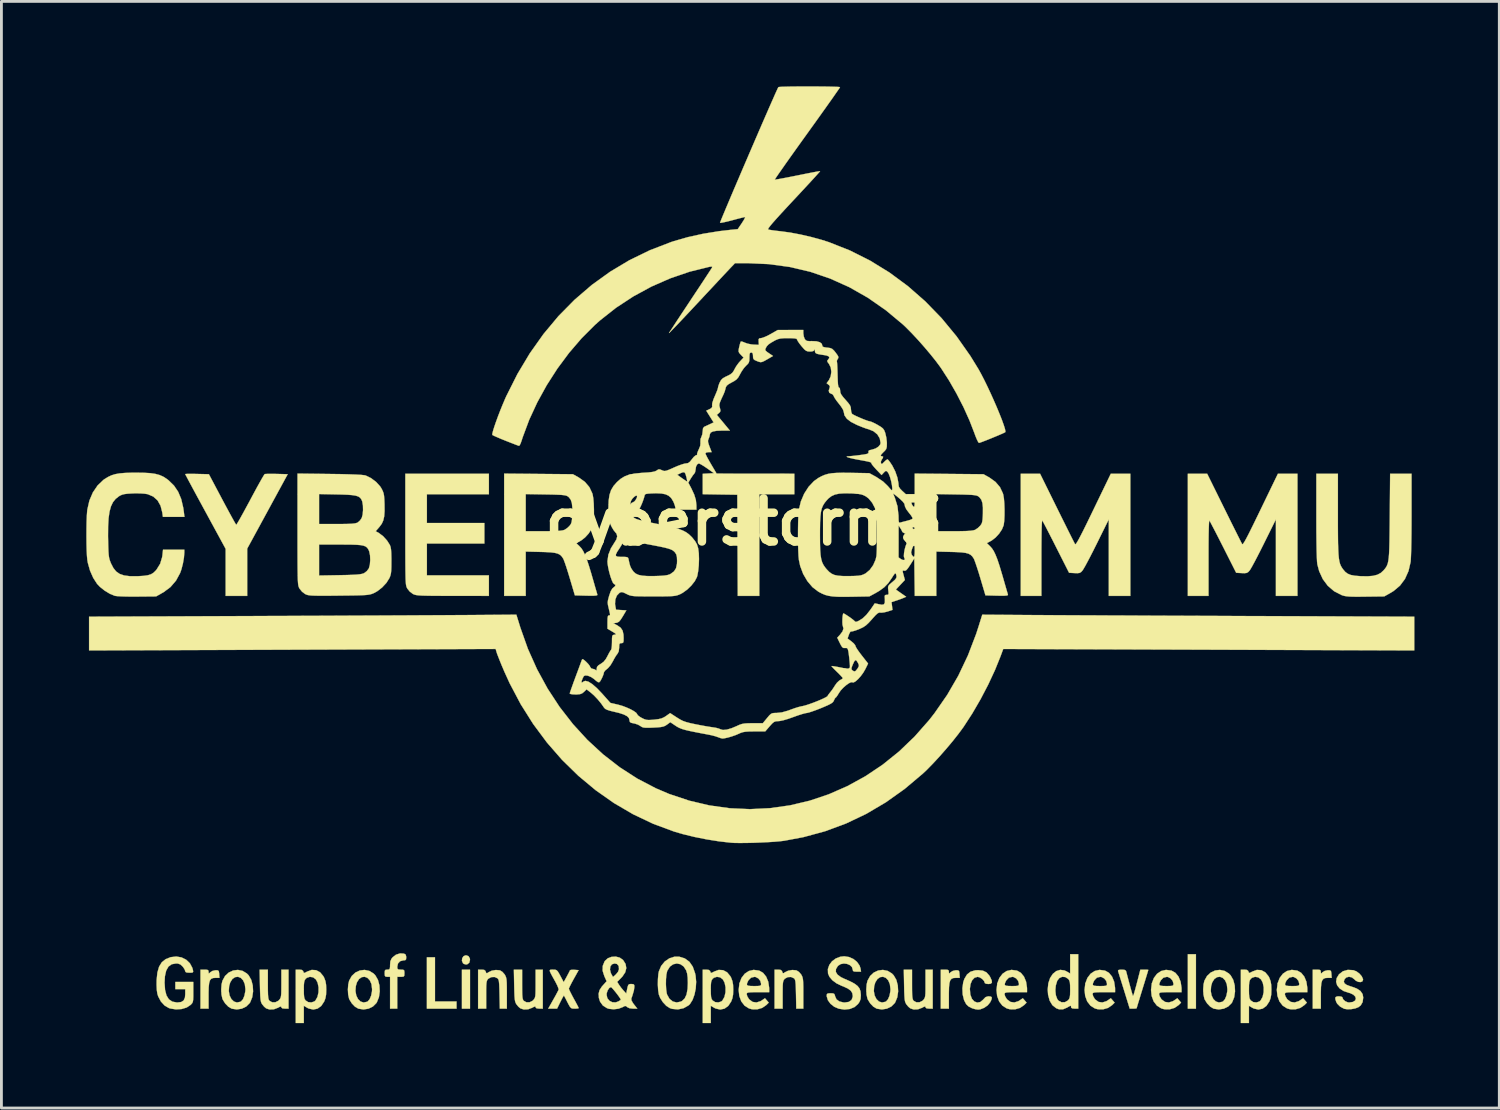
<source format=kicad_pcb>
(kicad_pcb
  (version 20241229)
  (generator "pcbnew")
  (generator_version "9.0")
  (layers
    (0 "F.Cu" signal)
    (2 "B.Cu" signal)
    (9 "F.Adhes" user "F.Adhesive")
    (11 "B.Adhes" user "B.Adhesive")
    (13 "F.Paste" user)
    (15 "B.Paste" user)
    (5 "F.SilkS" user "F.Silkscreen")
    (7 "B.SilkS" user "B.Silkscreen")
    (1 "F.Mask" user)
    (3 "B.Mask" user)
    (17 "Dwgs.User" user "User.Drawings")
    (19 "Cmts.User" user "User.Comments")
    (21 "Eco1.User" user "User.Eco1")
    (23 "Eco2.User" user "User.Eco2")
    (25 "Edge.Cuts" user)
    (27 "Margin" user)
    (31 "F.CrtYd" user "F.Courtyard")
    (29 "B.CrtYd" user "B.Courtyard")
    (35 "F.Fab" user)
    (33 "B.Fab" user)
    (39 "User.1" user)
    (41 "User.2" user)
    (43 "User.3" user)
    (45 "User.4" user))
  (footprint "cyberstorm3"
    (layer "F.Cu")
    (at 23.244 15.396)
    (property "Reference" "cyberstorm3" (at 0 0 0) (layer "F.SilkS") (effects (font (size 1.524 1.524) (thickness 0.3))))
    (attr through_hole)
    (fp_poly (pts (xy -9.684 17.199) (xy -9.97 17.199) (xy -9.97 15.821) (xy -9.684 15.821) (xy -9.684 17.199)) (stroke (width 0.01) (type solid)) (fill yes) (layer "F.SilkS"))
    (fp_poly (pts (xy 15.97 17.199) (xy 15.684 17.199) (xy 15.684 15.276) (xy 15.97 15.276) (xy 15.97 17.199)) (stroke (width 0.01) (type solid)) (fill yes) (layer "F.SilkS"))
    (fp_poly (pts (xy -10.922 16.945) (xy -10.16 16.945) (xy -10.16 17.199) (xy -11.208 17.199) (xy -11.208 15.385) (xy -10.922 15.385) (xy -10.922 16.945)) (stroke (width 0.01) (type solid)) (fill yes) (layer "F.SilkS"))
    (fp_poly (pts (xy -9.738 15.343) (xy -9.69 15.425) (xy -9.684 15.476) (xy -9.71 15.577) (xy -9.782 15.633) (xy -9.827 15.639) (xy -9.899 15.619) (xy -9.931 15.596) (xy -9.97 15.509) (xy -9.96 15.417) (xy -9.91 15.343) (xy -9.828 15.313) (xy -9.827 15.313) (xy -9.738 15.343)) (stroke (width 0.01) (type solid)) (fill yes) (layer "F.SilkS"))
    (fp_poly (pts (xy -18.977 15.825) (xy -18.935 15.844) (xy -18.923 15.887) (xy -18.923 15.899) (xy -18.919 15.952) (xy -18.898 15.949) (xy -18.86 15.912) (xy -18.786 15.867) (xy -18.689 15.844) (xy -18.678 15.843) (xy -18.599 15.845) (xy -18.563 15.872) (xy -18.55 15.945) (xy -18.548 15.975) (xy -18.538 16.111) (xy -18.667 16.111) (xy -18.761 16.117) (xy -18.829 16.144) (xy -18.875 16.2) (xy -18.903 16.295) (xy -18.918 16.44) (xy -18.923 16.643) (xy -18.923 16.728) (xy -18.923 17.199) (xy -19.209 17.199) (xy -19.209 15.821) (xy -19.066 15.821) (xy -18.977 15.825)) (stroke (width 0.01) (type solid)) (fill yes) (layer "F.SilkS"))
    (fp_poly (pts (xy 7.185 15.825) (xy 7.227 15.844) (xy 7.239 15.887) (xy 7.239 15.899) (xy 7.243 15.952) (xy 7.264 15.949) (xy 7.302 15.912) (xy 7.376 15.867) (xy 7.473 15.844) (xy 7.484 15.843) (xy 7.563 15.845) (xy 7.599 15.872) (xy 7.612 15.945) (xy 7.614 15.975) (xy 7.624 16.111) (xy 7.495 16.111) (xy 7.401 16.117) (xy 7.333 16.144) (xy 7.287 16.2) (xy 7.259 16.295) (xy 7.244 16.44) (xy 7.239 16.643) (xy 7.239 16.728) (xy 7.239 17.199) (xy 6.953 17.199) (xy 6.953 15.821) (xy 7.096 15.821) (xy 7.185 15.825)) (stroke (width 0.01) (type solid)) (fill yes) (layer "F.SilkS"))
    (fp_poly (pts (xy 20.329 15.825) (xy 20.371 15.844) (xy 20.383 15.887) (xy 20.384 15.899) (xy 20.387 15.952) (xy 20.408 15.949) (xy 20.446 15.912) (xy 20.52 15.867) (xy 20.617 15.844) (xy 20.629 15.843) (xy 20.707 15.845) (xy 20.743 15.872) (xy 20.756 15.945) (xy 20.758 15.975) (xy 20.768 16.111) (xy 20.639 16.111) (xy 20.546 16.117) (xy 20.478 16.144) (xy 20.432 16.2) (xy 20.403 16.295) (xy 20.389 16.44) (xy 20.384 16.643) (xy 20.384 16.728) (xy 20.384 17.199) (xy 20.098 17.199) (xy 20.098 15.821) (xy 20.241 15.821) (xy 20.329 15.825)) (stroke (width 0.01) (type solid)) (fill yes) (layer "F.SilkS"))
    (fp_poly (pts (xy -9.017 -0.98) (xy -11.208 -0.98) (xy -11.208 0.036) (xy -9.176 0.036) (xy -9.176 0.762) (xy -11.208 0.762) (xy -11.208 1.887) (xy -9.017 1.887) (xy -9.017 2.613) (xy -10.295 2.612) (xy -10.616 2.611) (xy -10.88 2.61) (xy -11.093 2.608) (xy -11.262 2.605) (xy -11.393 2.601) (xy -11.493 2.594) (xy -11.567 2.586) (xy -11.622 2.575) (xy -11.665 2.561) (xy -11.702 2.544) (xy -11.703 2.543) (xy -11.813 2.461) (xy -11.899 2.354) (xy -11.901 2.35) (xy -11.916 2.321) (xy -11.929 2.29) (xy -11.939 2.251) (xy -11.948 2.198) (xy -11.954 2.125) (xy -11.96 2.025) (xy -11.963 1.894) (xy -11.966 1.724) (xy -11.968 1.509) (xy -11.969 1.244) (xy -11.97 0.922) (xy -11.97 0.537) (xy -11.97 0.259) (xy -11.97 -1.705) (xy -9.017 -1.705) (xy -9.017 -0.98)) (stroke (width 0.01) (type solid)) (fill yes) (layer "F.SilkS"))
    (fp_poly (pts (xy -16.828 16.341) (xy -16.827 16.549) (xy -16.823 16.697) (xy -16.816 16.797) (xy -16.804 16.861) (xy -16.786 16.902) (xy -16.769 16.922) (xy -16.675 16.975) (xy -16.563 16.974) (xy -16.458 16.921) (xy -16.429 16.893) (xy -16.398 16.853) (xy -16.376 16.811) (xy -16.363 16.752) (xy -16.355 16.662) (xy -16.352 16.529) (xy -16.351 16.338) (xy -16.351 16.312) (xy -16.351 15.821) (xy -16.097 15.821) (xy -16.097 17.199) (xy -16.224 17.199) (xy -16.316 17.189) (xy -16.351 17.157) (xy -16.351 17.149) (xy -16.363 17.123) (xy -16.406 17.133) (xy -16.469 17.167) (xy -16.617 17.223) (xy -16.768 17.229) (xy -16.888 17.19) (xy -16.961 17.128) (xy -17.03 17.043) (xy -17.031 17.043) (xy -17.057 16.996) (xy -17.075 16.941) (xy -17.088 16.863) (xy -17.097 16.751) (xy -17.103 16.591) (xy -17.108 16.38) (xy -17.119 15.821) (xy -16.828 15.821) (xy -16.828 16.341)) (stroke (width 0.01) (type solid)) (fill yes) (layer "F.SilkS"))
    (fp_poly (pts (xy -12.018 15.255) (xy -11.958 15.289) (xy -11.939 15.361) (xy -11.938 15.386) (xy -11.945 15.46) (xy -11.978 15.489) (xy -12.044 15.494) (xy -12.156 15.524) (xy -12.23 15.605) (xy -12.255 15.724) (xy -12.249 15.786) (xy -12.219 15.814) (xy -12.146 15.82) (xy -12.129 15.821) (xy -12.047 15.824) (xy -12.011 15.848) (xy -12.002 15.91) (xy -12.002 15.948) (xy -12.005 16.029) (xy -12.029 16.065) (xy -12.091 16.074) (xy -12.129 16.075) (xy -12.255 16.075) (xy -12.255 17.199) (xy -12.509 17.199) (xy -12.509 16.075) (xy -12.605 16.075) (xy -12.669 16.067) (xy -12.695 16.032) (xy -12.7 15.948) (xy -12.695 15.862) (xy -12.668 15.827) (xy -12.605 15.821) (xy -12.547 15.816) (xy -12.519 15.789) (xy -12.51 15.721) (xy -12.509 15.654) (xy -12.5 15.532) (xy -12.463 15.442) (xy -12.419 15.385) (xy -12.3 15.293) (xy -12.156 15.247) (xy -12.018 15.255)) (stroke (width 0.01) (type solid)) (fill yes) (layer "F.SilkS"))
    (fp_poly (pts (xy -7.842 16.341) (xy -7.841 16.549) (xy -7.838 16.697) (xy -7.831 16.797) (xy -7.819 16.861) (xy -7.801 16.902) (xy -7.784 16.922) (xy -7.69 16.975) (xy -7.578 16.974) (xy -7.473 16.921) (xy -7.444 16.893) (xy -7.413 16.853) (xy -7.391 16.811) (xy -7.377 16.752) (xy -7.37 16.662) (xy -7.367 16.529) (xy -7.366 16.338) (xy -7.366 16.312) (xy -7.366 15.821) (xy -7.112 15.821) (xy -7.112 17.199) (xy -7.239 17.199) (xy -7.33 17.189) (xy -7.365 17.157) (xy -7.366 17.149) (xy -7.378 17.123) (xy -7.421 17.133) (xy -7.484 17.167) (xy -7.632 17.223) (xy -7.783 17.229) (xy -7.903 17.19) (xy -7.976 17.128) (xy -8.045 17.043) (xy -8.046 17.043) (xy -8.071 16.996) (xy -8.09 16.941) (xy -8.103 16.863) (xy -8.112 16.751) (xy -8.118 16.591) (xy -8.123 16.38) (xy -8.134 15.821) (xy -7.842 15.821) (xy -7.842 16.341)) (stroke (width 0.01) (type solid)) (fill yes) (layer "F.SilkS"))
    (fp_poly (pts (xy 5.937 16.341) (xy 5.938 16.549) (xy 5.941 16.697) (xy 5.949 16.797) (xy 5.961 16.861) (xy 5.979 16.902) (xy 5.995 16.922) (xy 6.09 16.975) (xy 6.201 16.974) (xy 6.306 16.921) (xy 6.336 16.893) (xy 6.367 16.853) (xy 6.388 16.811) (xy 6.402 16.752) (xy 6.41 16.662) (xy 6.413 16.529) (xy 6.413 16.338) (xy 6.413 16.312) (xy 6.413 15.821) (xy 6.668 15.821) (xy 6.668 17.199) (xy 6.54 17.199) (xy 6.449 17.189) (xy 6.414 17.157) (xy 6.413 17.149) (xy 6.402 17.123) (xy 6.358 17.133) (xy 6.296 17.167) (xy 6.147 17.223) (xy 5.997 17.229) (xy 5.877 17.19) (xy 5.804 17.128) (xy 5.734 17.043) (xy 5.734 17.043) (xy 5.708 16.996) (xy 5.689 16.941) (xy 5.676 16.863) (xy 5.668 16.751) (xy 5.661 16.591) (xy 5.657 16.38) (xy 5.646 15.821) (xy 5.937 15.821) (xy 5.937 16.341)) (stroke (width 0.01) (type solid)) (fill yes) (layer "F.SilkS"))
    (fp_poly (pts (xy -9.185 15.83) (xy -9.141 15.863) (xy -9.128 15.895) (xy -9.108 15.945) (xy -9.075 15.944) (xy -9.032 15.914) (xy -8.915 15.858) (xy -8.772 15.833) (xy -8.637 15.844) (xy -8.62 15.849) (xy -8.538 15.9) (xy -8.463 15.986) (xy -8.453 16.001) (xy -8.426 16.053) (xy -8.406 16.109) (xy -8.393 16.181) (xy -8.386 16.284) (xy -8.383 16.432) (xy -8.382 16.637) (xy -8.382 16.661) (xy -8.382 17.199) (xy -8.631 17.199) (xy -8.642 16.688) (xy -8.647 16.483) (xy -8.653 16.339) (xy -8.662 16.242) (xy -8.675 16.182) (xy -8.695 16.145) (xy -8.714 16.126) (xy -8.816 16.08) (xy -8.933 16.086) (xy -9.034 16.14) (xy -9.043 16.149) (xy -9.071 16.183) (xy -9.09 16.226) (xy -9.102 16.289) (xy -9.109 16.387) (xy -9.112 16.533) (xy -9.112 16.711) (xy -9.112 17.199) (xy -9.398 17.199) (xy -9.398 15.821) (xy -9.273 15.821) (xy -9.185 15.83)) (stroke (width 0.01) (type solid)) (fill yes) (layer "F.SilkS"))
    (fp_poly (pts (xy 1.292 15.83) (xy 1.337 15.863) (xy 1.35 15.895) (xy 1.37 15.945) (xy 1.402 15.944) (xy 1.445 15.914) (xy 1.562 15.858) (xy 1.706 15.833) (xy 1.841 15.844) (xy 1.857 15.849) (xy 1.939 15.9) (xy 2.015 15.986) (xy 2.024 16.001) (xy 2.052 16.053) (xy 2.071 16.109) (xy 2.084 16.181) (xy 2.091 16.284) (xy 2.095 16.432) (xy 2.095 16.637) (xy 2.095 16.661) (xy 2.095 17.199) (xy 1.846 17.199) (xy 1.836 16.688) (xy 1.831 16.483) (xy 1.825 16.339) (xy 1.816 16.242) (xy 1.802 16.182) (xy 1.783 16.145) (xy 1.764 16.126) (xy 1.661 16.08) (xy 1.544 16.086) (xy 1.444 16.14) (xy 1.435 16.149) (xy 1.407 16.183) (xy 1.387 16.226) (xy 1.375 16.289) (xy 1.368 16.387) (xy 1.366 16.533) (xy 1.365 16.711) (xy 1.365 17.199) (xy 1.079 17.199) (xy 1.079 15.821) (xy 1.204 15.821) (xy 1.292 15.83)) (stroke (width 0.01) (type solid)) (fill yes) (layer "F.SilkS"))
    (fp_poly (pts (xy -16.519 -1.698) (xy -16.515 -1.698) (xy -16.127 -1.687) (xy -17.558 0.943) (xy -17.558 2.613) (xy -18.32 2.613) (xy -18.32 0.95) (xy -19.034 -0.363) (xy -19.185 -0.641) (xy -19.326 -0.9) (xy -19.452 -1.133) (xy -19.56 -1.334) (xy -19.647 -1.497) (xy -19.709 -1.614) (xy -19.743 -1.68) (xy -19.748 -1.692) (xy -19.719 -1.697) (xy -19.637 -1.7) (xy -19.516 -1.7) (xy -19.366 -1.698) (xy -19.33 -1.697) (xy -18.912 -1.687) (xy -18.441 -0.798) (xy -18.319 -0.57) (xy -18.207 -0.362) (xy -18.11 -0.184) (xy -18.032 -0.043) (xy -17.976 0.054) (xy -17.948 0.098) (xy -17.946 0.1) (xy -17.924 0.072) (xy -17.874 -0.01) (xy -17.8 -0.139) (xy -17.707 -0.307) (xy -17.598 -0.507) (xy -17.477 -0.73) (xy -17.449 -0.784) (xy -17.326 -1.013) (xy -17.213 -1.222) (xy -17.113 -1.402) (xy -17.032 -1.545) (xy -16.973 -1.644) (xy -16.942 -1.69) (xy -16.939 -1.692) (xy -16.895 -1.697) (xy -16.801 -1.7) (xy -16.671 -1.7) (xy -16.519 -1.698)) (stroke (width 0.01) (type solid)) (fill yes) (layer "F.SilkS"))
    (fp_poly (pts (xy -17.723 15.864) (xy -17.572 15.955) (xy -17.505 16.024) (xy -17.414 16.183) (xy -17.362 16.379) (xy -17.35 16.59) (xy -17.38 16.795) (xy -17.451 16.973) (xy -17.471 17.004) (xy -17.591 17.124) (xy -17.748 17.2) (xy -17.924 17.228) (xy -18.101 17.201) (xy -18.11 17.198) (xy -18.225 17.13) (xy -18.337 17.015) (xy -18.421 16.88) (xy -18.435 16.847) (xy -18.467 16.701) (xy -18.474 16.578) (xy -18.209 16.578) (xy -18.18 16.735) (xy -18.117 16.861) (xy -18.028 16.947) (xy -17.921 16.982) (xy -17.802 16.957) (xy -17.775 16.943) (xy -17.707 16.866) (xy -17.655 16.739) (xy -17.625 16.585) (xy -17.621 16.509) (xy -17.643 16.332) (xy -17.702 16.199) (xy -17.785 16.112) (xy -17.884 16.073) (xy -17.986 16.086) (xy -18.081 16.151) (xy -18.157 16.27) (xy -18.196 16.401) (xy -18.209 16.578) (xy -18.474 16.578) (xy -18.477 16.522) (xy -18.464 16.343) (xy -18.432 16.211) (xy -18.34 16.044) (xy -18.21 15.923) (xy -18.055 15.851) (xy -17.888 15.83) (xy -17.723 15.864)) (stroke (width 0.01) (type solid)) (fill yes) (layer "F.SilkS"))
    (fp_poly (pts (xy -13.246 15.864) (xy -13.095 15.955) (xy -13.028 16.024) (xy -12.937 16.183) (xy -12.885 16.379) (xy -12.874 16.59) (xy -12.903 16.795) (xy -12.975 16.973) (xy -12.994 17.004) (xy -13.115 17.124) (xy -13.271 17.2) (xy -13.447 17.228) (xy -13.624 17.201) (xy -13.633 17.198) (xy -13.749 17.13) (xy -13.86 17.015) (xy -13.944 16.88) (xy -13.958 16.847) (xy -13.99 16.701) (xy -13.997 16.578) (xy -13.732 16.578) (xy -13.703 16.735) (xy -13.641 16.861) (xy -13.552 16.947) (xy -13.444 16.982) (xy -13.325 16.957) (xy -13.298 16.943) (xy -13.231 16.866) (xy -13.178 16.739) (xy -13.148 16.585) (xy -13.145 16.509) (xy -13.166 16.332) (xy -13.225 16.199) (xy -13.309 16.112) (xy -13.407 16.073) (xy -13.509 16.086) (xy -13.604 16.151) (xy -13.68 16.27) (xy -13.719 16.401) (xy -13.732 16.578) (xy -13.997 16.578) (xy -14 16.522) (xy -13.987 16.343) (xy -13.956 16.211) (xy -13.863 16.044) (xy -13.733 15.923) (xy -13.578 15.851) (xy -13.411 15.83) (xy -13.246 15.864)) (stroke (width 0.01) (type solid)) (fill yes) (layer "F.SilkS"))
    (fp_poly (pts (xy 5.074 15.864) (xy 5.225 15.955) (xy 5.291 16.024) (xy 5.383 16.183) (xy 5.434 16.379) (xy 5.446 16.59) (xy 5.417 16.795) (xy 5.345 16.973) (xy 5.325 17.004) (xy 5.205 17.124) (xy 5.048 17.2) (xy 4.873 17.228) (xy 4.696 17.201) (xy 4.686 17.198) (xy 4.571 17.13) (xy 4.46 17.015) (xy 4.376 16.88) (xy 4.362 16.847) (xy 4.329 16.701) (xy 4.323 16.578) (xy 4.587 16.578) (xy 4.616 16.735) (xy 4.679 16.861) (xy 4.768 16.947) (xy 4.876 16.982) (xy 4.994 16.957) (xy 5.021 16.943) (xy 5.089 16.866) (xy 5.142 16.739) (xy 5.171 16.585) (xy 5.175 16.509) (xy 5.153 16.332) (xy 5.095 16.199) (xy 5.011 16.112) (xy 4.913 16.073) (xy 4.811 16.086) (xy 4.716 16.151) (xy 4.64 16.27) (xy 4.6 16.401) (xy 4.587 16.578) (xy 4.323 16.578) (xy 4.32 16.522) (xy 4.333 16.343) (xy 4.364 16.211) (xy 4.457 16.044) (xy 4.587 15.923) (xy 4.742 15.851) (xy 4.908 15.83) (xy 5.074 15.864)) (stroke (width 0.01) (type solid)) (fill yes) (layer "F.SilkS"))
    (fp_poly (pts (xy 14.231 15.822) (xy 14.281 15.827) (xy 14.287 15.83) (xy 14.277 15.865) (xy 14.249 15.958) (xy 14.206 16.099) (xy 14.152 16.276) (xy 14.089 16.479) (xy 14.081 16.506) (xy 14.017 16.712) (xy 13.962 16.894) (xy 13.917 17.04) (xy 13.887 17.141) (xy 13.875 17.185) (xy 13.875 17.186) (xy 13.847 17.195) (xy 13.777 17.199) (xy 13.753 17.199) (xy 13.63 17.199) (xy 13.431 16.555) (xy 13.367 16.35) (xy 13.31 16.167) (xy 13.263 16.018) (xy 13.231 15.913) (xy 13.216 15.866) (xy 13.216 15.866) (xy 13.228 15.836) (xy 13.293 15.822) (xy 13.345 15.821) (xy 13.442 15.828) (xy 13.492 15.855) (xy 13.505 15.884) (xy 13.543 16.031) (xy 13.586 16.195) (xy 13.631 16.362) (xy 13.673 16.515) (xy 13.709 16.64) (xy 13.733 16.721) (xy 13.74 16.743) (xy 13.75 16.743) (xy 13.766 16.712) (xy 13.789 16.642) (xy 13.822 16.526) (xy 13.868 16.357) (xy 13.927 16.128) (xy 13.957 16.011) (xy 14.006 15.821) (xy 14.147 15.821) (xy 14.231 15.822)) (stroke (width 0.01) (type solid)) (fill yes) (layer "F.SilkS"))
    (fp_poly (pts (xy 16.98 15.864) (xy 17.131 15.955) (xy 17.198 16.024) (xy 17.289 16.183) (xy 17.341 16.379) (xy 17.352 16.59) (xy 17.323 16.795) (xy 17.251 16.973) (xy 17.232 17.004) (xy 17.111 17.124) (xy 16.955 17.2) (xy 16.779 17.228) (xy 16.602 17.201) (xy 16.593 17.198) (xy 16.477 17.13) (xy 16.366 17.015) (xy 16.282 16.88) (xy 16.268 16.847) (xy 16.236 16.701) (xy 16.229 16.578) (xy 16.494 16.578) (xy 16.523 16.735) (xy 16.585 16.861) (xy 16.674 16.947) (xy 16.782 16.982) (xy 16.901 16.957) (xy 16.928 16.943) (xy 16.995 16.866) (xy 17.048 16.739) (xy 17.078 16.585) (xy 17.081 16.509) (xy 17.06 16.332) (xy 17.001 16.199) (xy 16.917 16.112) (xy 16.819 16.073) (xy 16.717 16.086) (xy 16.622 16.151) (xy 16.546 16.27) (xy 16.507 16.401) (xy 16.494 16.578) (xy 16.229 16.578) (xy 16.226 16.522) (xy 16.239 16.343) (xy 16.27 16.211) (xy 16.363 16.044) (xy 16.493 15.923) (xy 16.648 15.851) (xy 16.815 15.83) (xy 16.98 15.864)) (stroke (width 0.01) (type solid)) (fill yes) (layer "F.SilkS"))
    (fp_poly (pts (xy 8.441 15.857) (xy 8.568 15.918) (xy 8.667 16.029) (xy 8.701 16.086) (xy 8.754 16.205) (xy 8.76 16.28) (xy 8.717 16.319) (xy 8.636 16.329) (xy 8.556 16.32) (xy 8.512 16.299) (xy 8.509 16.291) (xy 8.482 16.221) (xy 8.416 16.15) (xy 8.331 16.095) (xy 8.255 16.075) (xy 8.146 16.107) (xy 8.061 16.197) (xy 8.004 16.332) (xy 7.981 16.5) (xy 7.996 16.689) (xy 8 16.71) (xy 8.054 16.852) (xy 8.138 16.945) (xy 8.241 16.985) (xy 8.348 16.966) (xy 8.448 16.884) (xy 8.457 16.873) (xy 8.534 16.793) (xy 8.623 16.765) (xy 8.65 16.764) (xy 8.728 16.774) (xy 8.759 16.81) (xy 8.743 16.883) (xy 8.699 16.975) (xy 8.612 17.082) (xy 8.486 17.17) (xy 8.349 17.224) (xy 8.271 17.233) (xy 8.176 17.22) (xy 8.069 17.189) (xy 8.056 17.184) (xy 7.933 17.121) (xy 7.851 17.041) (xy 7.786 16.919) (xy 7.774 16.891) (xy 7.726 16.696) (xy 7.717 16.477) (xy 7.747 16.265) (xy 7.787 16.147) (xy 7.881 15.991) (xy 8.006 15.893) (xy 8.169 15.845) (xy 8.272 15.839) (xy 8.441 15.857)) (stroke (width 0.01) (type solid)) (fill yes) (layer "F.SilkS"))
    (fp_poly (pts (xy 11.811 17.199) (xy 11.684 17.199) (xy 11.596 17.19) (xy 11.559 17.161) (xy 11.557 17.145) (xy 11.556 17.107) (xy 11.542 17.096) (xy 11.501 17.113) (xy 11.419 17.16) (xy 11.414 17.163) (xy 11.27 17.224) (xy 11.136 17.224) (xy 11.033 17.185) (xy 10.898 17.078) (xy 10.801 16.918) (xy 10.745 16.709) (xy 10.734 16.556) (xy 11.002 16.556) (xy 11.019 16.722) (xy 11.068 16.858) (xy 11.114 16.918) (xy 11.22 16.974) (xy 11.338 16.971) (xy 11.443 16.912) (xy 11.452 16.903) (xy 11.489 16.855) (xy 11.511 16.798) (xy 11.522 16.712) (xy 11.525 16.579) (xy 11.525 16.523) (xy 11.523 16.37) (xy 11.515 16.27) (xy 11.496 16.206) (xy 11.465 16.159) (xy 11.456 16.149) (xy 11.354 16.083) (xy 11.243 16.074) (xy 11.141 16.12) (xy 11.068 16.215) (xy 11.018 16.38) (xy 11.002 16.556) (xy 10.734 16.556) (xy 10.732 16.519) (xy 10.754 16.3) (xy 10.817 16.115) (xy 10.913 15.97) (xy 11.034 15.872) (xy 11.173 15.829) (xy 11.323 15.848) (xy 11.406 15.887) (xy 11.525 15.958) (xy 11.525 15.276) (xy 11.811 15.276) (xy 11.811 17.199)) (stroke (width 0.01) (type solid)) (fill yes) (layer "F.SilkS"))
    (fp_poly (pts (xy -15.628 15.831) (xy -15.584 15.866) (xy -15.575 15.889) (xy -15.559 15.93) (xy -15.533 15.937) (xy -15.478 15.911) (xy -15.439 15.889) (xy -15.276 15.83) (xy -15.121 15.84) (xy -14.981 15.915) (xy -14.867 16.053) (xy -14.836 16.111) (xy -14.792 16.229) (xy -14.77 16.359) (xy -14.764 16.528) (xy -14.77 16.7) (xy -14.793 16.829) (xy -14.836 16.945) (xy -14.94 17.102) (xy -15.072 17.199) (xy -15.224 17.231) (xy -15.386 17.195) (xy -15.44 17.167) (xy -15.557 17.098) (xy -15.557 17.707) (xy -15.843 17.707) (xy -15.843 16.528) (xy -15.557 16.528) (xy -15.555 16.686) (xy -15.546 16.79) (xy -15.528 16.857) (xy -15.497 16.906) (xy -15.494 16.909) (xy -15.403 16.968) (xy -15.292 16.98) (xy -15.187 16.946) (xy -15.146 16.911) (xy -15.075 16.784) (xy -15.038 16.62) (xy -15.036 16.445) (xy -15.07 16.282) (xy -15.131 16.166) (xy -15.227 16.093) (xy -15.341 16.074) (xy -15.448 16.108) (xy -15.494 16.147) (xy -15.526 16.195) (xy -15.545 16.26) (xy -15.555 16.361) (xy -15.557 16.514) (xy -15.557 16.528) (xy -15.843 16.528) (xy -15.843 15.821) (xy -15.718 15.821) (xy -15.628 15.831)) (stroke (width 0.01) (type solid)) (fill yes) (layer "F.SilkS"))
    (fp_poly (pts (xy -1.246 15.831) (xy -1.201 15.866) (xy -1.192 15.889) (xy -1.177 15.93) (xy -1.151 15.937) (xy -1.095 15.911) (xy -1.056 15.889) (xy -0.894 15.83) (xy -0.738 15.84) (xy -0.598 15.915) (xy -0.484 16.053) (xy -0.453 16.111) (xy -0.41 16.229) (xy -0.387 16.359) (xy -0.381 16.528) (xy -0.387 16.7) (xy -0.41 16.829) (xy -0.453 16.945) (xy -0.557 17.102) (xy -0.69 17.199) (xy -0.841 17.231) (xy -1.003 17.195) (xy -1.057 17.167) (xy -1.175 17.098) (xy -1.175 17.707) (xy -1.46 17.707) (xy -1.46 16.528) (xy -1.175 16.528) (xy -1.172 16.686) (xy -1.164 16.79) (xy -1.145 16.857) (xy -1.114 16.906) (xy -1.111 16.909) (xy -1.02 16.968) (xy -0.909 16.98) (xy -0.804 16.946) (xy -0.764 16.911) (xy -0.692 16.784) (xy -0.655 16.62) (xy -0.653 16.445) (xy -0.687 16.282) (xy -0.749 16.166) (xy -0.845 16.093) (xy -0.958 16.074) (xy -1.065 16.108) (xy -1.111 16.147) (xy -1.143 16.195) (xy -1.163 16.26) (xy -1.172 16.361) (xy -1.175 16.514) (xy -1.175 16.528) (xy -1.46 16.528) (xy -1.46 15.821) (xy -1.336 15.821) (xy -1.246 15.831)) (stroke (width 0.01) (type solid)) (fill yes) (layer "F.SilkS"))
    (fp_poly (pts (xy 17.773 15.831) (xy 17.817 15.866) (xy 17.826 15.889) (xy 17.842 15.93) (xy 17.868 15.937) (xy 17.923 15.911) (xy 17.962 15.889) (xy 18.125 15.83) (xy 18.28 15.84) (xy 18.42 15.915) (xy 18.534 16.053) (xy 18.565 16.111) (xy 18.609 16.229) (xy 18.631 16.359) (xy 18.637 16.528) (xy 18.631 16.7) (xy 18.608 16.829) (xy 18.565 16.945) (xy 18.461 17.102) (xy 18.329 17.199) (xy 18.177 17.231) (xy 18.015 17.195) (xy 17.961 17.167) (xy 17.843 17.098) (xy 17.843 17.707) (xy 17.558 17.707) (xy 17.558 16.528) (xy 17.843 16.528) (xy 17.846 16.686) (xy 17.855 16.79) (xy 17.873 16.857) (xy 17.904 16.906) (xy 17.907 16.909) (xy 17.998 16.968) (xy 18.109 16.98) (xy 18.214 16.946) (xy 18.255 16.911) (xy 18.326 16.784) (xy 18.363 16.62) (xy 18.365 16.445) (xy 18.331 16.282) (xy 18.27 16.166) (xy 18.174 16.093) (xy 18.06 16.074) (xy 17.953 16.108) (xy 17.907 16.147) (xy 17.875 16.195) (xy 17.856 16.26) (xy 17.846 16.361) (xy 17.844 16.514) (xy 17.843 16.528) (xy 17.558 16.528) (xy 17.558 15.821) (xy 17.683 15.821) (xy 17.773 15.831)) (stroke (width 0.01) (type solid)) (fill yes) (layer "F.SilkS"))
    (fp_poly (pts (xy 13.652 2.613) (xy 12.89 2.613) (xy 12.89 -0.091) (xy 12.47 0.758) (xy 12.354 0.99) (xy 12.244 1.205) (xy 12.144 1.395) (xy 12.061 1.55) (xy 11.998 1.659) (xy 11.963 1.713) (xy 11.91 1.771) (xy 11.858 1.801) (xy 11.784 1.81) (xy 11.682 1.807) (xy 11.487 1.796) (xy 11.028 0.889) (xy 10.91 0.655) (xy 10.8 0.441) (xy 10.705 0.256) (xy 10.627 0.107) (xy 10.571 0.002) (xy 10.542 -0.049) (xy 10.539 -0.053) (xy 10.531 -0.027) (xy 10.524 0.068) (xy 10.518 0.23) (xy 10.514 0.455) (xy 10.511 0.74) (xy 10.509 1.082) (xy 10.509 1.263) (xy 10.509 2.613) (xy 9.779 2.613) (xy 9.779 -1.705) (xy 10.12 -1.705) (xy 10.462 -1.705) (xy 11.062 -0.488) (xy 11.197 -0.215) (xy 11.324 0.04) (xy 11.437 0.268) (xy 11.535 0.464) (xy 11.613 0.619) (xy 11.668 0.727) (xy 11.696 0.78) (xy 11.698 0.784) (xy 11.713 0.786) (xy 11.738 0.761) (xy 11.776 0.703) (xy 11.83 0.608) (xy 11.903 0.47) (xy 11.997 0.285) (xy 12.114 0.048) (xy 12.257 -0.246) (xy 12.348 -0.434) (xy 12.962 -1.705) (xy 13.652 -1.705) (xy 13.652 2.613)) (stroke (width 0.01) (type solid)) (fill yes) (layer "F.SilkS"))
    (fp_poly (pts (xy 19.558 2.613) (xy 18.796 2.613) (xy 18.796 -0.091) (xy 18.375 0.758) (xy 18.259 0.99) (xy 18.149 1.205) (xy 18.05 1.395) (xy 17.966 1.55) (xy 17.904 1.659) (xy 17.869 1.713) (xy 17.816 1.771) (xy 17.763 1.801) (xy 17.689 1.81) (xy 17.588 1.807) (xy 17.392 1.796) (xy 16.934 0.889) (xy 16.815 0.655) (xy 16.706 0.441) (xy 16.61 0.256) (xy 16.532 0.107) (xy 16.477 0.002) (xy 16.447 -0.049) (xy 16.445 -0.053) (xy 16.437 -0.027) (xy 16.43 0.068) (xy 16.424 0.23) (xy 16.419 0.455) (xy 16.416 0.74) (xy 16.415 1.082) (xy 16.415 1.263) (xy 16.415 2.613) (xy 15.684 2.613) (xy 15.684 -1.705) (xy 16.026 -1.705) (xy 16.367 -1.705) (xy 16.968 -0.488) (xy 17.103 -0.215) (xy 17.229 0.04) (xy 17.343 0.268) (xy 17.441 0.464) (xy 17.519 0.619) (xy 17.574 0.727) (xy 17.602 0.78) (xy 17.604 0.784) (xy 17.618 0.786) (xy 17.643 0.761) (xy 17.682 0.703) (xy 17.736 0.608) (xy 17.809 0.47) (xy 17.902 0.285) (xy 18.019 0.048) (xy 18.162 -0.246) (xy 18.253 -0.434) (xy 18.868 -1.705) (xy 19.558 -1.705) (xy 19.558 2.613)) (stroke (width 0.01) (type solid)) (fill yes) (layer "F.SilkS"))
    (fp_poly (pts (xy -2.292 15.363) (xy -2.092 15.425) (xy -1.932 15.542) (xy -1.812 15.715) (xy -1.731 15.946) (xy -1.712 16.032) (xy -1.692 16.253) (xy -1.706 16.482) (xy -1.75 16.7) (xy -1.819 16.89) (xy -1.911 17.036) (xy -1.956 17.081) (xy -2.137 17.184) (xy -2.338 17.227) (xy -2.543 17.207) (xy -2.619 17.182) (xy -2.748 17.1) (xy -2.869 16.97) (xy -2.966 16.816) (xy -3.011 16.699) (xy -3.035 16.549) (xy -3.046 16.359) (xy -3.046 16.34) (xy -2.761 16.34) (xy -2.752 16.515) (xy -2.732 16.656) (xy -2.718 16.705) (xy -2.634 16.853) (xy -2.517 16.947) (xy -2.379 16.981) (xy -2.233 16.95) (xy -2.193 16.929) (xy -2.097 16.839) (xy -2.031 16.698) (xy -1.995 16.5) (xy -1.986 16.292) (xy -1.992 16.099) (xy -2.011 15.957) (xy -2.045 15.847) (xy -2.045 15.846) (xy -2.133 15.71) (xy -2.248 15.629) (xy -2.376 15.603) (xy -2.504 15.632) (xy -2.619 15.714) (xy -2.706 15.85) (xy -2.718 15.88) (xy -2.744 15.997) (xy -2.758 16.159) (xy -2.761 16.34) (xy -3.046 16.34) (xy -3.043 16.158) (xy -3.028 15.976) (xy -3.009 15.88) (xy -2.928 15.689) (xy -2.8 15.532) (xy -2.638 15.421) (xy -2.456 15.363) (xy -2.292 15.363)) (stroke (width 0.01) (type solid)) (fill yes) (layer "F.SilkS"))
    (fp_poly (pts (xy 0.529 15.854) (xy 0.532 15.854) (xy 0.672 15.933) (xy 0.782 16.068) (xy 0.856 16.248) (xy 0.888 16.462) (xy 0.889 16.501) (xy 0.889 16.619) (xy 0.492 16.619) (xy 0.328 16.619) (xy 0.216 16.623) (xy 0.148 16.63) (xy 0.111 16.644) (xy 0.097 16.666) (xy 0.095 16.694) (xy 0.117 16.767) (xy 0.17 16.854) (xy 0.188 16.876) (xy 0.304 16.961) (xy 0.439 16.981) (xy 0.583 16.936) (xy 0.632 16.906) (xy 0.74 16.831) (xy 0.873 16.986) (xy 0.786 17.073) (xy 0.641 17.173) (xy 0.467 17.224) (xy 0.285 17.222) (xy 0.175 17.192) (xy 0.019 17.094) (xy -0.097 16.944) (xy -0.168 16.75) (xy -0.19 16.538) (xy -0.164 16.318) (xy 0.103 16.318) (xy 0.105 16.364) (xy 0.146 16.389) (xy 0.234 16.399) (xy 0.349 16.401) (xy 0.475 16.4) (xy 0.551 16.393) (xy 0.589 16.378) (xy 0.602 16.348) (xy 0.603 16.322) (xy 0.575 16.217) (xy 0.503 16.13) (xy 0.407 16.08) (xy 0.368 16.076) (xy 0.248 16.105) (xy 0.159 16.194) (xy 0.132 16.245) (xy 0.103 16.318) (xy -0.164 16.318) (xy -0.163 16.308) (xy -0.09 16.115) (xy 0.024 15.966) (xy 0.169 15.869) (xy 0.34 15.829) (xy 0.529 15.854)) (stroke (width 0.01) (type solid)) (fill yes) (layer "F.SilkS"))
    (fp_poly (pts (xy 9.641 15.854) (xy 9.644 15.854) (xy 9.784 15.933) (xy 9.894 16.068) (xy 9.968 16.248) (xy 10 16.462) (xy 10.001 16.501) (xy 10.001 16.619) (xy 9.604 16.619) (xy 9.44 16.619) (xy 9.328 16.623) (xy 9.26 16.63) (xy 9.224 16.644) (xy 9.21 16.666) (xy 9.207 16.694) (xy 9.229 16.767) (xy 9.282 16.854) (xy 9.3 16.876) (xy 9.416 16.961) (xy 9.551 16.981) (xy 9.695 16.936) (xy 9.744 16.906) (xy 9.852 16.831) (xy 9.985 16.986) (xy 9.898 17.073) (xy 9.753 17.173) (xy 9.579 17.224) (xy 9.397 17.222) (xy 9.287 17.192) (xy 9.131 17.094) (xy 9.015 16.944) (xy 8.944 16.75) (xy 8.922 16.538) (xy 8.948 16.318) (xy 9.215 16.318) (xy 9.217 16.364) (xy 9.258 16.389) (xy 9.347 16.399) (xy 9.461 16.401) (xy 9.588 16.4) (xy 9.663 16.393) (xy 9.701 16.378) (xy 9.714 16.348) (xy 9.716 16.322) (xy 9.687 16.217) (xy 9.615 16.13) (xy 9.52 16.08) (xy 9.48 16.076) (xy 9.36 16.105) (xy 9.272 16.194) (xy 9.244 16.245) (xy 9.215 16.318) (xy 8.948 16.318) (xy 8.949 16.308) (xy 9.023 16.115) (xy 9.136 15.966) (xy 9.281 15.869) (xy 9.452 15.829) (xy 9.641 15.854)) (stroke (width 0.01) (type solid)) (fill yes) (layer "F.SilkS"))
    (fp_poly (pts (xy 12.753 15.854) (xy 12.756 15.854) (xy 12.896 15.933) (xy 13.006 16.068) (xy 13.08 16.248) (xy 13.112 16.462) (xy 13.113 16.501) (xy 13.113 16.619) (xy 12.716 16.619) (xy 12.551 16.619) (xy 12.44 16.623) (xy 12.371 16.63) (xy 12.335 16.644) (xy 12.321 16.666) (xy 12.319 16.694) (xy 12.341 16.767) (xy 12.394 16.854) (xy 12.412 16.876) (xy 12.528 16.961) (xy 12.663 16.981) (xy 12.807 16.936) (xy 12.855 16.906) (xy 12.963 16.831) (xy 13.097 16.986) (xy 13.01 17.073) (xy 12.864 17.173) (xy 12.69 17.224) (xy 12.508 17.222) (xy 12.398 17.192) (xy 12.243 17.094) (xy 12.127 16.944) (xy 12.056 16.75) (xy 12.034 16.538) (xy 12.059 16.318) (xy 12.327 16.318) (xy 12.329 16.364) (xy 12.369 16.389) (xy 12.458 16.399) (xy 12.573 16.401) (xy 12.699 16.4) (xy 12.775 16.393) (xy 12.813 16.378) (xy 12.826 16.348) (xy 12.827 16.322) (xy 12.799 16.217) (xy 12.727 16.13) (xy 12.631 16.08) (xy 12.591 16.076) (xy 12.471 16.105) (xy 12.383 16.194) (xy 12.356 16.245) (xy 12.327 16.318) (xy 12.059 16.318) (xy 12.061 16.308) (xy 12.134 16.115) (xy 12.247 15.966) (xy 12.393 15.869) (xy 12.564 15.829) (xy 12.753 15.854)) (stroke (width 0.01) (type solid)) (fill yes) (layer "F.SilkS"))
    (fp_poly (pts (xy 15.102 15.854) (xy 15.105 15.854) (xy 15.245 15.933) (xy 15.355 16.068) (xy 15.429 16.248) (xy 15.461 16.462) (xy 15.462 16.501) (xy 15.462 16.619) (xy 15.065 16.619) (xy 14.901 16.619) (xy 14.789 16.623) (xy 14.721 16.63) (xy 14.685 16.644) (xy 14.671 16.666) (xy 14.668 16.694) (xy 14.69 16.767) (xy 14.743 16.854) (xy 14.761 16.876) (xy 14.877 16.961) (xy 15.012 16.981) (xy 15.156 16.936) (xy 15.205 16.906) (xy 15.313 16.831) (xy 15.446 16.986) (xy 15.359 17.073) (xy 15.214 17.173) (xy 15.04 17.224) (xy 14.858 17.222) (xy 14.748 17.192) (xy 14.592 17.094) (xy 14.476 16.944) (xy 14.405 16.75) (xy 14.383 16.538) (xy 14.409 16.318) (xy 14.676 16.318) (xy 14.678 16.364) (xy 14.719 16.389) (xy 14.808 16.399) (xy 14.922 16.401) (xy 15.049 16.4) (xy 15.124 16.393) (xy 15.162 16.378) (xy 15.175 16.348) (xy 15.177 16.322) (xy 15.148 16.217) (xy 15.076 16.13) (xy 14.981 16.08) (xy 14.941 16.076) (xy 14.821 16.105) (xy 14.733 16.194) (xy 14.705 16.245) (xy 14.676 16.318) (xy 14.409 16.318) (xy 14.41 16.308) (xy 14.484 16.115) (xy 14.597 15.966) (xy 14.742 15.869) (xy 14.913 15.829) (xy 15.102 15.854)) (stroke (width 0.01) (type solid)) (fill yes) (layer "F.SilkS"))
    (fp_poly (pts (xy 19.547 15.854) (xy 19.55 15.854) (xy 19.69 15.933) (xy 19.8 16.068) (xy 19.874 16.248) (xy 19.906 16.462) (xy 19.907 16.501) (xy 19.907 16.619) (xy 19.51 16.619) (xy 19.346 16.619) (xy 19.234 16.623) (xy 19.166 16.63) (xy 19.13 16.644) (xy 19.116 16.666) (xy 19.113 16.694) (xy 19.135 16.767) (xy 19.188 16.854) (xy 19.206 16.876) (xy 19.322 16.961) (xy 19.457 16.981) (xy 19.601 16.936) (xy 19.65 16.906) (xy 19.758 16.831) (xy 19.891 16.986) (xy 19.804 17.073) (xy 19.659 17.173) (xy 19.485 17.224) (xy 19.303 17.222) (xy 19.193 17.192) (xy 19.037 17.094) (xy 18.921 16.944) (xy 18.85 16.75) (xy 18.828 16.538) (xy 18.854 16.318) (xy 19.121 16.318) (xy 19.123 16.364) (xy 19.164 16.389) (xy 19.253 16.399) (xy 19.367 16.401) (xy 19.494 16.4) (xy 19.569 16.393) (xy 19.607 16.378) (xy 19.62 16.348) (xy 19.622 16.322) (xy 19.593 16.217) (xy 19.521 16.13) (xy 19.426 16.08) (xy 19.386 16.076) (xy 19.266 16.105) (xy 19.178 16.194) (xy 19.15 16.245) (xy 19.121 16.318) (xy 18.854 16.318) (xy 18.855 16.308) (xy 18.929 16.115) (xy 19.042 15.966) (xy 19.187 15.869) (xy 19.358 15.829) (xy 19.547 15.854)) (stroke (width 0.01) (type solid)) (fill yes) (layer "F.SilkS"))
    (fp_poly (pts (xy -6.75 15.821) (xy -6.675 15.823) (xy -6.624 15.841) (xy -6.58 15.886) (xy -6.528 15.973) (xy -6.491 16.042) (xy -6.373 16.264) (xy -6.267 16.07) (xy -6.21 15.963) (xy -6.168 15.882) (xy -6.152 15.845) (xy -6.117 15.83) (xy -6.041 15.825) (xy -5.993 15.827) (xy -5.845 15.839) (xy -6.017 16.147) (xy -6.09 16.281) (xy -6.148 16.394) (xy -6.183 16.47) (xy -6.191 16.494) (xy -6.175 16.539) (xy -6.131 16.63) (xy -6.068 16.752) (xy -6.017 16.847) (xy -5.944 16.979) (xy -5.886 17.088) (xy -5.85 17.16) (xy -5.842 17.18) (xy -5.87 17.192) (xy -5.942 17.199) (xy -5.983 17.199) (xy -6.058 17.197) (xy -6.108 17.18) (xy -6.151 17.136) (xy -6.201 17.05) (xy -6.241 16.973) (xy -6.298 16.86) (xy -6.343 16.776) (xy -6.365 16.736) (xy -6.365 16.735) (xy -6.384 16.759) (xy -6.425 16.832) (xy -6.479 16.939) (xy -6.491 16.962) (xy -6.607 17.199) (xy -6.92 17.199) (xy -6.744 16.887) (xy -6.668 16.752) (xy -6.606 16.636) (xy -6.564 16.555) (xy -6.552 16.529) (xy -6.561 16.478) (xy -6.598 16.385) (xy -6.657 16.268) (xy -6.676 16.233) (xy -6.769 16.067) (xy -6.83 15.952) (xy -6.862 15.88) (xy -6.865 15.841) (xy -6.841 15.824) (xy -6.793 15.82) (xy -6.75 15.821)) (stroke (width 0.01) (type solid)) (fill yes) (layer "F.SilkS"))
    (fp_poly (pts (xy -19.878 15.389) (xy -19.715 15.47) (xy -19.584 15.595) (xy -19.497 15.757) (xy -19.477 15.83) (xy -19.467 15.89) (xy -19.483 15.92) (xy -19.538 15.929) (xy -19.602 15.929) (xy -19.696 15.923) (xy -19.74 15.901) (xy -19.748 15.872) (xy -19.77 15.812) (xy -19.822 15.732) (xy -19.841 15.709) (xy -19.921 15.636) (xy -20.008 15.606) (xy -20.075 15.603) (xy -20.226 15.63) (xy -20.341 15.714) (xy -20.421 15.855) (xy -20.466 16.055) (xy -20.478 16.282) (xy -20.461 16.537) (xy -20.411 16.732) (xy -20.325 16.87) (xy -20.202 16.952) (xy -20.041 16.982) (xy -20.027 16.982) (xy -19.89 16.965) (xy -19.803 16.909) (xy -19.758 16.807) (xy -19.748 16.689) (xy -19.748 16.51) (xy -20.098 16.51) (xy -20.098 16.256) (xy -19.463 16.256) (xy -19.463 16.616) (xy -19.463 16.78) (xy -19.468 16.889) (xy -19.48 16.959) (xy -19.503 17.007) (xy -19.54 17.049) (xy -19.557 17.066) (xy -19.697 17.159) (xy -19.875 17.213) (xy -20.073 17.226) (xy -20.272 17.195) (xy -20.326 17.178) (xy -20.476 17.09) (xy -20.607 16.948) (xy -20.703 16.768) (xy -20.733 16.673) (xy -20.753 16.538) (xy -20.761 16.356) (xy -20.759 16.191) (xy -20.732 15.924) (xy -20.672 15.716) (xy -20.576 15.56) (xy -20.439 15.45) (xy -20.262 15.38) (xy -20.064 15.357) (xy -19.878 15.389)) (stroke (width 0.01) (type solid)) (fill yes) (layer "F.SilkS"))
    (fp_poly (pts (xy 21.534 15.84) (xy 21.643 15.883) (xy 21.748 15.961) (xy 21.83 16.056) (xy 21.873 16.152) (xy 21.876 16.18) (xy 21.851 16.237) (xy 21.788 16.261) (xy 21.706 16.253) (xy 21.621 16.212) (xy 21.571 16.165) (xy 21.481 16.095) (xy 21.378 16.072) (xy 21.283 16.098) (xy 21.228 16.153) (xy 21.197 16.233) (xy 21.216 16.299) (xy 21.289 16.356) (xy 21.421 16.407) (xy 21.467 16.42) (xy 21.656 16.49) (xy 21.786 16.577) (xy 21.86 16.686) (xy 21.882 16.806) (xy 21.861 16.967) (xy 21.795 17.083) (xy 21.712 17.148) (xy 21.601 17.191) (xy 21.461 17.217) (xy 21.32 17.222) (xy 21.208 17.204) (xy 21.206 17.203) (xy 21.066 17.127) (xy 20.962 17.024) (xy 20.928 16.961) (xy 20.894 16.854) (xy 20.903 16.793) (xy 20.96 16.767) (xy 21.018 16.764) (xy 21.098 16.772) (xy 21.142 16.792) (xy 21.145 16.8) (xy 21.174 16.872) (xy 21.244 16.936) (xy 21.336 16.976) (xy 21.386 16.982) (xy 21.516 16.963) (xy 21.595 16.914) (xy 21.622 16.847) (xy 21.6 16.772) (xy 21.528 16.702) (xy 21.406 16.647) (xy 21.368 16.637) (xy 21.186 16.576) (xy 21.049 16.486) (xy 20.961 16.376) (xy 20.924 16.252) (xy 20.944 16.121) (xy 21.023 15.99) (xy 21.027 15.985) (xy 21.165 15.878) (xy 21.337 15.829) (xy 21.534 15.84)) (stroke (width 0.01) (type solid)) (fill yes) (layer "F.SilkS"))
    (fp_poly (pts (xy 3.708 15.375) (xy 3.864 15.444) (xy 3.993 15.548) (xy 4.083 15.676) (xy 4.116 15.775) (xy 4.135 15.893) (xy 3.989 15.893) (xy 3.897 15.888) (xy 3.854 15.869) (xy 3.842 15.828) (xy 3.842 15.823) (xy 3.814 15.731) (xy 3.741 15.661) (xy 3.638 15.617) (xy 3.524 15.604) (xy 3.413 15.626) (xy 3.321 15.686) (xy 3.316 15.692) (xy 3.249 15.801) (xy 3.245 15.903) (xy 3.304 15.998) (xy 3.425 16.087) (xy 3.544 16.144) (xy 3.752 16.235) (xy 3.905 16.317) (xy 4.012 16.398) (xy 4.079 16.484) (xy 4.115 16.584) (xy 4.127 16.705) (xy 4.128 16.729) (xy 4.119 16.857) (xy 4.084 16.954) (xy 4.032 17.031) (xy 3.906 17.143) (xy 3.741 17.211) (xy 3.55 17.232) (xy 3.35 17.202) (xy 3.188 17.133) (xy 3.056 17.029) (xy 2.964 16.902) (xy 2.922 16.764) (xy 2.921 16.737) (xy 2.929 16.686) (xy 2.962 16.662) (xy 3.04 16.655) (xy 3.06 16.655) (xy 3.148 16.66) (xy 3.192 16.682) (xy 3.213 16.736) (xy 3.218 16.762) (xy 3.267 16.869) (xy 3.366 16.943) (xy 3.506 16.979) (xy 3.563 16.982) (xy 3.706 16.96) (xy 3.798 16.895) (xy 3.839 16.787) (xy 3.842 16.746) (xy 3.825 16.647) (xy 3.771 16.564) (xy 3.671 16.49) (xy 3.519 16.419) (xy 3.451 16.393) (xy 3.271 16.307) (xy 3.123 16.197) (xy 3.017 16.072) (xy 2.968 15.956) (xy 2.963 15.8) (xy 3.014 15.654) (xy 3.109 15.526) (xy 3.242 15.427) (xy 3.402 15.365) (xy 3.54 15.349) (xy 3.708 15.375)) (stroke (width 0.01) (type solid)) (fill yes) (layer "F.SilkS"))
    (fp_poly (pts (xy 20.987 -0.261) (xy 20.987 0.136) (xy 20.989 0.468) (xy 20.992 0.74) (xy 20.999 0.962) (xy 21.008 1.14) (xy 21.021 1.28) (xy 21.039 1.39) (xy 21.062 1.478) (xy 21.091 1.549) (xy 21.127 1.612) (xy 21.166 1.669) (xy 21.246 1.763) (xy 21.334 1.829) (xy 21.442 1.873) (xy 21.586 1.9) (xy 21.779 1.915) (xy 21.792 1.916) (xy 22.037 1.92) (xy 22.23 1.904) (xy 22.382 1.865) (xy 22.503 1.801) (xy 22.601 1.711) (xy 22.649 1.655) (xy 22.689 1.6) (xy 22.721 1.541) (xy 22.748 1.47) (xy 22.768 1.379) (xy 22.784 1.262) (xy 22.796 1.113) (xy 22.804 0.923) (xy 22.81 0.686) (xy 22.814 0.394) (xy 22.818 0.042) (xy 22.82 -0.209) (xy 22.833 -1.705) (xy 23.59 -1.705) (xy 23.59 -0.263) (xy 23.589 0.085) (xy 23.587 0.411) (xy 23.583 0.706) (xy 23.578 0.963) (xy 23.571 1.172) (xy 23.564 1.326) (xy 23.557 1.412) (xy 23.482 1.735) (xy 23.357 2.014) (xy 23.182 2.249) (xy 22.958 2.438) (xy 22.868 2.494) (xy 22.625 2.631) (xy 21.957 2.639) (xy 21.724 2.642) (xy 21.545 2.641) (xy 21.408 2.637) (xy 21.304 2.628) (xy 21.221 2.615) (xy 21.151 2.596) (xy 21.114 2.582) (xy 20.854 2.448) (xy 20.632 2.259) (xy 20.454 2.02) (xy 20.325 1.739) (xy 20.26 1.495) (xy 20.25 1.399) (xy 20.242 1.233) (xy 20.235 0.999) (xy 20.23 0.699) (xy 20.226 0.336) (xy 20.225 -0.088) (xy 20.225 -0.201) (xy 20.225 -1.705) (xy 20.987 -1.705) (xy 20.987 -0.261)) (stroke (width 0.01) (type solid)) (fill yes) (layer "F.SilkS"))
    (fp_poly (pts (xy -6.047 -1.687) (xy -5.835 -1.568) (xy -5.623 -1.416) (xy -5.465 -1.23) (xy -5.363 -1.013) (xy -5.349 -0.966) (xy -5.326 -0.831) (xy -5.311 -0.648) (xy -5.304 -0.441) (xy -5.304 -0.231) (xy -5.314 -0.043) (xy -5.332 0.101) (xy -5.337 0.122) (xy -5.395 0.263) (xy -5.495 0.413) (xy -5.621 0.55) (xy -5.755 0.654) (xy -5.782 0.67) (xy -5.929 0.748) (xy -5.814 0.859) (xy -5.746 0.934) (xy -5.684 1.031) (xy -5.621 1.159) (xy -5.556 1.326) (xy -5.484 1.542) (xy -5.401 1.815) (xy -5.365 1.941) (xy -5.308 2.137) (xy -5.259 2.31) (xy -5.218 2.448) (xy -5.192 2.539) (xy -5.183 2.568) (xy -5.189 2.588) (xy -5.229 2.6) (xy -5.311 2.606) (xy -5.442 2.607) (xy -5.573 2.605) (xy -5.978 2.594) (xy -6.156 1.994) (xy -6.218 1.79) (xy -6.277 1.604) (xy -6.329 1.45) (xy -6.37 1.341) (xy -6.39 1.296) (xy -6.441 1.22) (xy -6.5 1.163) (xy -6.577 1.121) (xy -6.681 1.093) (xy -6.823 1.075) (xy -7.011 1.064) (xy -7.183 1.059) (xy -7.715 1.046) (xy -7.715 2.613) (xy -8.477 2.613) (xy -8.477 0.327) (xy -7.715 0.327) (xy -7.079 0.327) (xy -6.833 0.325) (xy -6.644 0.32) (xy -6.504 0.311) (xy -6.407 0.297) (xy -6.345 0.279) (xy -6.341 0.277) (xy -6.246 0.213) (xy -6.16 0.13) (xy -6.16 0.129) (xy -6.12 0.073) (xy -6.096 0.009) (xy -6.081 -0.082) (xy -6.072 -0.218) (xy -6.069 -0.295) (xy -6.068 -0.51) (xy -6.085 -0.669) (xy -6.123 -0.783) (xy -6.185 -0.867) (xy -6.218 -0.896) (xy -6.253 -0.918) (xy -6.299 -0.935) (xy -6.366 -0.947) (xy -6.462 -0.957) (xy -6.596 -0.963) (xy -6.776 -0.969) (xy -7.009 -0.973) (xy -7.715 -0.985) (xy -7.715 0.327) (xy -8.477 0.327) (xy -8.477 -1.709) (xy -6.047 -1.687)) (stroke (width 0.01) (type solid)) (fill yes) (layer "F.SilkS"))
    (fp_poly (pts (xy -4.393 15.396) (xy -4.278 15.477) (xy -4.274 15.481) (xy -4.186 15.621) (xy -4.161 15.767) (xy -4.198 15.915) (xy -4.298 16.065) (xy -4.338 16.107) (xy -4.483 16.253) (xy -4.419 16.354) (xy -4.352 16.449) (xy -4.271 16.547) (xy -4.259 16.56) (xy -4.163 16.665) (xy -4.142 16.56) (xy -4.116 16.436) (xy -4.093 16.367) (xy -4.06 16.336) (xy -4.008 16.329) (xy -3.982 16.329) (xy -3.909 16.335) (xy -3.879 16.366) (xy -3.875 16.428) (xy -3.893 16.559) (xy -3.946 16.739) (xy -3.983 16.843) (xy -3.978 16.908) (xy -3.924 17.003) (xy -3.888 17.051) (xy -3.771 17.199) (xy -3.923 17.199) (xy -4.043 17.186) (xy -4.125 17.148) (xy -4.13 17.142) (xy -4.173 17.108) (xy -4.218 17.109) (xy -4.287 17.145) (xy -4.433 17.201) (xy -4.605 17.222) (xy -4.772 17.206) (xy -4.842 17.183) (xy -4.989 17.089) (xy -5.088 16.952) (xy -5.13 16.819) (xy -5.136 16.707) (xy -4.858 16.707) (xy -4.83 16.83) (xy -4.757 16.921) (xy -4.653 16.973) (xy -4.534 16.978) (xy -4.435 16.941) (xy -4.377 16.904) (xy -4.354 16.887) (xy -4.366 16.856) (xy -4.41 16.788) (xy -4.475 16.699) (xy -4.549 16.604) (xy -4.62 16.519) (xy -4.675 16.458) (xy -4.702 16.437) (xy -4.762 16.469) (xy -4.816 16.548) (xy -4.852 16.65) (xy -4.858 16.707) (xy -5.136 16.707) (xy -5.139 16.67) (xy -5.106 16.544) (xy -5.024 16.418) (xy -4.983 16.372) (xy -4.856 16.231) (xy -4.938 16.049) (xy -4.997 15.862) (xy -4.996 15.815) (xy -4.738 15.815) (xy -4.708 15.94) (xy -4.685 15.986) (xy -4.631 16.08) (xy -4.53 15.991) (xy -4.454 15.9) (xy -4.419 15.805) (xy -4.43 15.691) (xy -4.49 15.621) (xy -4.572 15.603) (xy -4.666 15.631) (xy -4.723 15.707) (xy -4.738 15.815) (xy -4.996 15.815) (xy -4.994 15.692) (xy -4.931 15.535) (xy -4.917 15.514) (xy -4.815 15.42) (xy -4.681 15.369) (xy -4.533 15.36) (xy -4.393 15.396)) (stroke (width 0.01) (type solid)) (fill yes) (layer "F.SilkS"))
    (fp_poly (pts (xy -21.203 -1.738) (xy -20.983 -1.725) (xy -20.804 -1.699) (xy -20.656 -1.659) (xy -20.526 -1.602) (xy -20.406 -1.525) (xy -20.339 -1.474) (xy -20.145 -1.285) (xy -19.997 -1.066) (xy -19.889 -0.807) (xy -19.817 -0.497) (xy -19.797 -0.354) (xy -19.776 -0.181) (xy -20.537 -0.181) (xy -20.559 -0.336) (xy -20.62 -0.574) (xy -20.726 -0.762) (xy -20.877 -0.897) (xy -21.07 -0.98) (xy -21.081 -0.983) (xy -21.194 -1) (xy -21.348 -1.01) (xy -21.523 -1.012) (xy -21.604 -1.009) (xy -21.77 -1) (xy -21.889 -0.986) (xy -21.976 -0.965) (xy -22.05 -0.932) (xy -22.092 -0.907) (xy -22.209 -0.814) (xy -22.302 -0.698) (xy -22.373 -0.551) (xy -22.424 -0.364) (xy -22.457 -0.132) (xy -22.473 0.154) (xy -22.476 0.502) (xy -22.473 0.636) (xy -22.468 0.865) (xy -22.462 1.035) (xy -22.453 1.161) (xy -22.44 1.255) (xy -22.422 1.331) (xy -22.396 1.404) (xy -22.372 1.464) (xy -22.288 1.627) (xy -22.189 1.75) (xy -22.065 1.836) (xy -21.909 1.89) (xy -21.711 1.916) (xy -21.462 1.918) (xy -21.407 1.916) (xy -21.212 1.904) (xy -21.067 1.883) (xy -20.957 1.848) (xy -20.87 1.795) (xy -20.791 1.718) (xy -20.76 1.681) (xy -20.634 1.477) (xy -20.563 1.24) (xy -20.552 1.159) (xy -20.533 0.98) (xy -19.78 0.98) (xy -19.78 1.082) (xy -19.794 1.263) (xy -19.831 1.474) (xy -19.884 1.679) (xy -19.928 1.803) (xy -20.074 2.073) (xy -20.27 2.301) (xy -20.513 2.482) (xy -20.535 2.494) (xy -20.777 2.631) (xy -21.445 2.637) (xy -21.653 2.638) (xy -21.847 2.635) (xy -22.015 2.63) (xy -22.146 2.622) (xy -22.227 2.612) (xy -22.237 2.61) (xy -22.41 2.539) (xy -22.594 2.428) (xy -22.762 2.294) (xy -22.863 2.188) (xy -23 1.975) (xy -23.113 1.719) (xy -23.19 1.445) (xy -23.208 1.343) (xy -23.221 1.201) (xy -23.231 1.004) (xy -23.237 0.769) (xy -23.239 0.513) (xy -23.238 0.253) (xy -23.234 0.006) (xy -23.226 -0.21) (xy -23.214 -0.379) (xy -23.208 -0.435) (xy -23.135 -0.756) (xy -23.012 -1.044) (xy -22.845 -1.29) (xy -22.64 -1.486) (xy -22.602 -1.513) (xy -22.479 -1.589) (xy -22.357 -1.647) (xy -22.223 -1.689) (xy -22.065 -1.717) (xy -21.874 -1.733) (xy -21.636 -1.741) (xy -21.476 -1.742) (xy -21.203 -1.738)) (stroke (width 0.01) (type solid)) (fill yes) (layer "F.SilkS"))
    (fp_poly (pts (xy -7.905 3.733) (xy -7.638 4.485) (xy -7.315 5.206) (xy -6.941 5.891) (xy -6.517 6.538) (xy -6.047 7.143) (xy -5.535 7.702) (xy -4.982 8.212) (xy -4.393 8.669) (xy -3.771 9.07) (xy -3.118 9.411) (xy -2.647 9.612) (xy -1.939 9.849) (xy -1.225 10.017) (xy -0.508 10.117) (xy 0.208 10.149) (xy 0.92 10.114) (xy 1.624 10.015) (xy 2.317 9.851) (xy 2.994 9.624) (xy 3.653 9.335) (xy 4.29 8.985) (xy 4.901 8.576) (xy 5.483 8.107) (xy 6.031 7.581) (xy 6.544 6.998) (xy 6.733 6.756) (xy 7.18 6.111) (xy 7.573 5.433) (xy 7.913 4.716) (xy 8.204 3.955) (xy 8.299 3.661) (xy 8.419 3.277) (xy 10.25 3.29) (xy 10.48 3.291) (xy 10.77 3.293) (xy 11.113 3.295) (xy 11.506 3.297) (xy 11.945 3.299) (xy 12.424 3.301) (xy 12.938 3.304) (xy 13.484 3.306) (xy 14.056 3.309) (xy 14.651 3.312) (xy 15.262 3.314) (xy 15.887 3.317) (xy 16.519 3.319) (xy 17.156 3.322) (xy 17.791 3.325) (xy 17.883 3.325) (xy 23.686 3.347) (xy 23.686 4.54) (xy 16.423 4.514) (xy 9.16 4.489) (xy 9.068 4.739) (xy 8.869 5.232) (xy 8.629 5.747) (xy 8.358 6.266) (xy 8.067 6.767) (xy 7.765 7.232) (xy 7.748 7.257) (xy 7.58 7.485) (xy 7.376 7.743) (xy 7.148 8.015) (xy 6.91 8.286) (xy 6.675 8.54) (xy 6.456 8.764) (xy 6.318 8.894) (xy 5.677 9.434) (xy 5.012 9.907) (xy 4.323 10.314) (xy 3.609 10.654) (xy 2.868 10.929) (xy 2.099 11.138) (xy 1.413 11.267) (xy 1.262 11.285) (xy 1.065 11.302) (xy 0.835 11.316) (xy 0.585 11.328) (xy 0.331 11.338) (xy 0.084 11.343) (xy -0.139 11.345) (xy -0.327 11.343) (xy -0.46 11.335) (xy -0.882 11.287) (xy -1.321 11.217) (xy -1.756 11.13) (xy -2.167 11.03) (xy -2.477 10.939) (xy -3.21 10.667) (xy -3.918 10.331) (xy -4.597 9.934) (xy -5.244 9.479) (xy -5.856 8.969) (xy -6.43 8.408) (xy -6.963 7.797) (xy -7.452 7.139) (xy -7.893 6.439) (xy -8.284 5.698) (xy -8.474 5.28) (xy -8.554 5.092) (xy -8.626 4.916) (xy -8.685 4.767) (xy -8.726 4.66) (xy -8.736 4.63) (xy -8.779 4.488) (xy -15.962 4.514) (xy -23.146 4.54) (xy -23.146 3.347) (xy -17.407 3.325) (xy -16.776 3.322) (xy -16.143 3.32) (xy -15.513 3.317) (xy -14.891 3.315) (xy -14.281 3.312) (xy -13.688 3.309) (xy -13.116 3.307) (xy -12.57 3.304) (xy -12.055 3.302) (xy -11.575 3.299) (xy -11.136 3.297) (xy -10.741 3.295) (xy -10.395 3.293) (xy -10.103 3.291) (xy -9.87 3.29) (xy -9.857 3.29) (xy -8.046 3.276) (xy -7.905 3.733)) (stroke (width 0.01) (type solid)) (fill yes) (layer "F.SilkS"))
    (fp_poly (pts (xy -14.629 -1.696) (xy -14.259 -1.691) (xy -13.953 -1.683) (xy -13.709 -1.674) (xy -13.529 -1.664) (xy -13.412 -1.651) (xy -13.366 -1.64) (xy -13.173 -1.543) (xy -12.998 -1.41) (xy -12.86 -1.258) (xy -12.812 -1.182) (xy -12.768 -1.095) (xy -12.739 -1.016) (xy -12.722 -0.925) (xy -12.712 -0.802) (xy -12.705 -0.627) (xy -12.705 -0.622) (xy -12.703 -0.383) (xy -12.716 -0.2) (xy -12.748 -0.057) (xy -12.801 0.061) (xy -12.881 0.17) (xy -12.892 0.183) (xy -13.017 0.326) (xy -12.896 0.396) (xy -12.751 0.507) (xy -12.614 0.659) (xy -12.515 0.816) (xy -12.491 0.883) (xy -12.475 0.974) (xy -12.466 1.105) (xy -12.462 1.289) (xy -12.462 1.379) (xy -12.463 1.576) (xy -12.468 1.717) (xy -12.479 1.818) (xy -12.498 1.897) (xy -12.526 1.968) (xy -12.532 1.982) (xy -12.639 2.153) (xy -12.79 2.315) (xy -12.965 2.45) (xy -13.076 2.511) (xy -13.128 2.533) (xy -13.179 2.551) (xy -13.237 2.565) (xy -13.309 2.576) (xy -13.404 2.584) (xy -13.528 2.59) (xy -13.69 2.595) (xy -13.895 2.598) (xy -14.153 2.601) (xy -14.319 2.603) (xy -14.609 2.606) (xy -14.843 2.607) (xy -15.028 2.607) (xy -15.171 2.604) (xy -15.278 2.6) (xy -15.358 2.592) (xy -15.418 2.582) (xy -15.464 2.568) (xy -15.503 2.55) (xy -15.513 2.545) (xy -15.62 2.465) (xy -15.705 2.36) (xy -15.711 2.35) (xy -15.726 2.321) (xy -15.739 2.29) (xy -15.749 2.251) (xy -15.758 2.198) (xy -15.764 2.125) (xy -15.77 2.026) (xy -15.773 1.894) (xy -15.776 1.724) (xy -15.778 1.509) (xy -15.779 1.244) (xy -15.78 0.923) (xy -15.78 0.798) (xy -15.018 0.798) (xy -15.018 1.893) (xy -14.28 1.88) (xy -14.031 1.875) (xy -13.837 1.868) (xy -13.69 1.86) (xy -13.581 1.849) (xy -13.503 1.835) (xy -13.445 1.817) (xy -13.424 1.807) (xy -13.331 1.737) (xy -13.262 1.646) (xy -13.258 1.638) (xy -13.223 1.51) (xy -13.21 1.346) (xy -13.217 1.179) (xy -13.246 1.04) (xy -13.256 1.015) (xy -13.288 0.951) (xy -13.326 0.902) (xy -13.378 0.864) (xy -13.45 0.837) (xy -13.551 0.818) (xy -13.688 0.807) (xy -13.869 0.801) (xy -14.101 0.799) (xy -14.254 0.798) (xy -15.018 0.798) (xy -15.78 0.798) (xy -15.78 0.539) (xy -15.78 0.257) (xy -15.78 0.073) (xy -15.018 0.073) (xy -14.381 0.073) (xy -14.15 0.071) (xy -13.974 0.068) (xy -13.844 0.061) (xy -13.752 0.05) (xy -13.688 0.034) (xy -13.651 0.018) (xy -13.568 -0.056) (xy -13.51 -0.144) (xy -13.478 -0.263) (xy -13.464 -0.419) (xy -13.468 -0.581) (xy -13.49 -0.716) (xy -13.5 -0.745) (xy -13.532 -0.812) (xy -13.575 -0.863) (xy -13.637 -0.902) (xy -13.725 -0.93) (xy -13.847 -0.949) (xy -14.013 -0.962) (xy -14.229 -0.97) (xy -14.375 -0.973) (xy -15.018 -0.986) (xy -15.018 0.073) (xy -15.78 0.073) (xy -15.78 -1.71) (xy -14.629 -1.696)) (stroke (width 0.01) (type solid)) (fill yes) (layer "F.SilkS"))
    (fp_poly (pts (xy 2.519 -15.39) (xy 2.739 -15.388) (xy 2.94 -15.386) (xy 3.116 -15.382) (xy 3.255 -15.378) (xy 3.35 -15.373) (xy 3.392 -15.366) (xy 3.392 -15.366) (xy 3.375 -15.336) (xy 3.32 -15.256) (xy 3.232 -15.13) (xy 3.115 -14.962) (xy 2.971 -14.759) (xy 2.804 -14.524) (xy 2.618 -14.263) (xy 2.416 -13.982) (xy 2.238 -13.734) (xy 2.026 -13.439) (xy 1.826 -13.16) (xy 1.643 -12.903) (xy 1.48 -12.673) (xy 1.341 -12.474) (xy 1.228 -12.313) (xy 1.146 -12.193) (xy 1.098 -12.121) (xy 1.086 -12.099) (xy 1.12 -12.101) (xy 1.208 -12.115) (xy 1.341 -12.139) (xy 1.511 -12.171) (xy 1.709 -12.21) (xy 1.889 -12.246) (xy 2.105 -12.29) (xy 2.298 -12.328) (xy 2.462 -12.36) (xy 2.587 -12.383) (xy 2.665 -12.395) (xy 2.688 -12.397) (xy 2.668 -12.371) (xy 2.606 -12.301) (xy 2.507 -12.191) (xy 2.376 -12.048) (xy 2.218 -11.877) (xy 2.037 -11.682) (xy 1.839 -11.469) (xy 1.749 -11.373) (xy 1.502 -11.108) (xy 1.298 -10.887) (xy 1.137 -10.709) (xy 1.014 -10.57) (xy 0.927 -10.466) (xy 0.873 -10.395) (xy 0.85 -10.352) (xy 0.853 -10.336) (xy 0.903 -10.324) (xy 1.003 -10.308) (xy 1.138 -10.29) (xy 1.293 -10.273) (xy 1.302 -10.272) (xy 1.632 -10.227) (xy 1.997 -10.158) (xy 2.374 -10.071) (xy 2.739 -9.971) (xy 3.002 -9.887) (xy 3.744 -9.593) (xy 4.458 -9.234) (xy 5.141 -8.814) (xy 5.791 -8.334) (xy 6.404 -7.797) (xy 6.979 -7.205) (xy 7.512 -6.559) (xy 8.001 -5.863) (xy 8.281 -5.407) (xy 8.38 -5.228) (xy 8.488 -5.019) (xy 8.601 -4.788) (xy 8.715 -4.544) (xy 8.827 -4.296) (xy 8.933 -4.052) (xy 9.028 -3.822) (xy 9.111 -3.613) (xy 9.175 -3.435) (xy 9.219 -3.297) (xy 9.238 -3.206) (xy 9.234 -3.175) (xy 9.197 -3.154) (xy 9.114 -3.116) (xy 8.996 -3.065) (xy 8.857 -3.007) (xy 8.711 -2.947) (xy 8.569 -2.89) (xy 8.445 -2.842) (xy 8.353 -2.808) (xy 8.305 -2.794) (xy 8.302 -2.794) (xy 8.274 -2.826) (xy 8.231 -2.911) (xy 8.179 -3.035) (xy 8.145 -3.13) (xy 7.97 -3.582) (xy 7.755 -4.059) (xy 7.509 -4.538) (xy 7.244 -5.001) (xy 6.969 -5.427) (xy 6.933 -5.479) (xy 6.776 -5.69) (xy 6.583 -5.931) (xy 6.368 -6.185) (xy 6.144 -6.438) (xy 5.924 -6.674) (xy 5.722 -6.878) (xy 5.62 -6.975) (xy 5.013 -7.481) (xy 4.38 -7.922) (xy 3.723 -8.296) (xy 3.043 -8.602) (xy 2.342 -8.841) (xy 1.621 -9.011) (xy 0.881 -9.112) (xy 0.165 -9.144) (xy -0.32 -9.144) (xy -0.485 -8.972) (xy -0.543 -8.91) (xy -0.642 -8.805) (xy -0.775 -8.663) (xy -0.938 -8.489) (xy -1.123 -8.29) (xy -1.327 -8.073) (xy -1.542 -7.842) (xy -1.665 -7.711) (xy -1.875 -7.486) (xy -2.07 -7.279) (xy -2.243 -7.095) (xy -2.392 -6.938) (xy -2.512 -6.814) (xy -2.597 -6.727) (xy -2.644 -6.681) (xy -2.652 -6.677) (xy -2.627 -6.717) (xy -2.567 -6.808) (xy -2.479 -6.944) (xy -2.365 -7.118) (xy -2.23 -7.323) (xy -2.078 -7.552) (xy -1.914 -7.799) (xy -1.889 -7.838) (xy -1.724 -8.087) (xy -1.57 -8.318) (xy -1.433 -8.526) (xy -1.316 -8.704) (xy -1.224 -8.845) (xy -1.161 -8.942) (xy -1.131 -8.99) (xy -1.13 -8.992) (xy -1.126 -9.021) (xy -1.166 -9.025) (xy -1.227 -9.016) (xy -1.921 -8.845) (xy -2.605 -8.611) (xy -3.272 -8.319) (xy -3.912 -7.971) (xy -4.519 -7.573) (xy -5.085 -7.127) (xy -5.274 -6.959) (xy -5.74 -6.493) (xy -6.183 -5.977) (xy -6.596 -5.421) (xy -6.972 -4.835) (xy -7.306 -4.229) (xy -7.591 -3.613) (xy -7.821 -2.997) (xy -7.86 -2.876) (xy -7.897 -2.772) (xy -7.933 -2.705) (xy -7.952 -2.69) (xy -7.992 -2.703) (xy -8.081 -2.736) (xy -8.207 -2.785) (xy -8.358 -2.844) (xy -8.429 -2.872) (xy -8.587 -2.936) (xy -8.723 -2.994) (xy -8.827 -3.04) (xy -8.886 -3.07) (xy -8.896 -3.076) (xy -8.895 -3.121) (xy -8.87 -3.221) (xy -8.826 -3.364) (xy -8.765 -3.54) (xy -8.693 -3.738) (xy -8.612 -3.947) (xy -8.527 -4.156) (xy -8.442 -4.356) (xy -8.402 -4.445) (xy -8.009 -5.227) (xy -7.57 -5.96) (xy -7.086 -6.643) (xy -6.559 -7.274) (xy -5.989 -7.852) (xy -5.38 -8.376) (xy -4.732 -8.843) (xy -4.047 -9.253) (xy -3.327 -9.603) (xy -2.574 -9.893) (xy -2.489 -9.921) (xy -1.988 -10.065) (xy -1.443 -10.185) (xy -0.875 -10.277) (xy -0.468 -10.324) (xy -0.222 -10.348) (xy -0.077 -10.562) (xy -0.012 -10.664) (xy 0.029 -10.74) (xy 0.039 -10.776) (xy 0.036 -10.777) (xy -0.004 -10.769) (xy -0.095 -10.747) (xy -0.222 -10.715) (xy -0.374 -10.674) (xy -0.412 -10.664) (xy -0.566 -10.624) (xy -0.698 -10.594) (xy -0.794 -10.575) (xy -0.844 -10.571) (xy -0.848 -10.572) (xy -0.837 -10.607) (xy -0.8 -10.7) (xy -0.74 -10.845) (xy -0.66 -11.037) (xy -0.562 -11.269) (xy -0.45 -11.535) (xy -0.325 -11.829) (xy -0.19 -12.144) (xy -0.049 -12.475) (xy 0.097 -12.814) (xy 0.244 -13.156) (xy 0.39 -13.495) (xy 0.532 -13.824) (xy 0.668 -14.138) (xy 0.795 -14.429) (xy 0.91 -14.693) (xy 1.011 -14.921) (xy 1.094 -15.11) (xy 1.158 -15.251) (xy 1.199 -15.339) (xy 1.214 -15.367) (xy 1.249 -15.373) (xy 1.339 -15.379) (xy 1.475 -15.383) (xy 1.647 -15.387) (xy 1.846 -15.389) (xy 2.064 -15.39) (xy 2.292 -15.391) (xy 2.519 -15.39)) (stroke (width 0.01) (type solid)) (fill yes) (layer "F.SilkS"))
    (fp_poly (pts (xy 2.095 -6.667) (xy 2.111 -6.556) (xy 2.145 -6.466) (xy 2.182 -6.421) (xy 2.232 -6.397) (xy 2.314 -6.39) (xy 2.391 -6.392) (xy 2.558 -6.385) (xy 2.678 -6.352) (xy 2.747 -6.298) (xy 2.762 -6.247) (xy 2.773 -6.205) (xy 2.813 -6.181) (xy 2.897 -6.165) (xy 2.94 -6.161) (xy 3.046 -6.146) (xy 3.118 -6.115) (xy 3.183 -6.053) (xy 3.238 -5.984) (xy 3.305 -5.892) (xy 3.334 -5.834) (xy 3.331 -5.793) (xy 3.312 -5.763) (xy 3.281 -5.702) (xy 3.281 -5.67) (xy 3.288 -5.624) (xy 3.295 -5.52) (xy 3.301 -5.374) (xy 3.306 -5.201) (xy 3.306 -5.196) (xy 3.312 -4.999) (xy 3.32 -4.866) (xy 3.332 -4.787) (xy 3.349 -4.755) (xy 3.356 -4.753) (xy 3.387 -4.721) (xy 3.397 -4.638) (xy 3.406 -4.568) (xy 3.439 -4.497) (xy 3.506 -4.408) (xy 3.588 -4.315) (xy 3.685 -4.204) (xy 3.743 -4.123) (xy 3.771 -4.055) (xy 3.778 -3.983) (xy 3.778 -3.981) (xy 3.789 -3.886) (xy 3.815 -3.823) (xy 3.818 -3.82) (xy 3.871 -3.787) (xy 3.966 -3.74) (xy 4.085 -3.687) (xy 4.21 -3.634) (xy 4.325 -3.59) (xy 4.41 -3.562) (xy 4.443 -3.556) (xy 4.498 -3.54) (xy 4.59 -3.499) (xy 4.702 -3.441) (xy 4.72 -3.43) (xy 4.834 -3.362) (xy 4.906 -3.306) (xy 4.95 -3.246) (xy 4.984 -3.164) (xy 4.994 -3.131) (xy 5.028 -2.983) (xy 5.047 -2.821) (xy 5.048 -2.768) (xy 5.044 -2.651) (xy 5.023 -2.576) (xy 4.975 -2.514) (xy 4.937 -2.478) (xy 4.856 -2.395) (xy 4.829 -2.345) (xy 4.856 -2.323) (xy 4.874 -2.322) (xy 4.916 -2.308) (xy 4.906 -2.261) (xy 4.87 -2.209) (xy 4.836 -2.132) (xy 4.839 -2.082) (xy 4.858 -2.048) (xy 4.889 -2.058) (xy 4.948 -2.117) (xy 4.948 -2.117) (xy 5.013 -2.18) (xy 5.062 -2.212) (xy 5.069 -2.213) (xy 5.102 -2.186) (xy 5.159 -2.112) (xy 5.228 -2.009) (xy 5.238 -1.994) (xy 5.343 -1.788) (xy 5.419 -1.571) (xy 5.457 -1.366) (xy 5.461 -1.302) (xy 5.472 -1.243) (xy 5.512 -1.179) (xy 5.591 -1.097) (xy 5.683 -1.013) (xy 5.796 -0.91) (xy 5.865 -0.834) (xy 5.898 -0.772) (xy 5.905 -0.724) (xy 5.929 -0.626) (xy 5.969 -0.562) (xy 5.992 -0.54) (xy 6.009 -0.535) (xy 6.02 -0.557) (xy 6.027 -0.614) (xy 6.031 -0.715) (xy 6.032 -0.871) (xy 6.032 -1.089) (xy 6.032 -1.103) (xy 6.032 -1.709) (xy 8.463 -1.687) (xy 8.675 -1.568) (xy 8.886 -1.416) (xy 9.045 -1.23) (xy 9.147 -1.013) (xy 9.161 -0.966) (xy 9.184 -0.831) (xy 9.199 -0.648) (xy 9.206 -0.441) (xy 9.205 -0.231) (xy 9.196 -0.043) (xy 9.178 0.101) (xy 9.173 0.122) (xy 9.115 0.263) (xy 9.015 0.413) (xy 8.889 0.55) (xy 8.755 0.654) (xy 8.727 0.67) (xy 8.581 0.748) (xy 8.696 0.859) (xy 8.763 0.934) (xy 8.826 1.031) (xy 8.888 1.159) (xy 8.954 1.326) (xy 9.026 1.542) (xy 9.108 1.815) (xy 9.145 1.941) (xy 9.201 2.137) (xy 9.251 2.31) (xy 9.291 2.448) (xy 9.318 2.539) (xy 9.327 2.568) (xy 9.32 2.588) (xy 9.28 2.6) (xy 9.199 2.606) (xy 9.068 2.607) (xy 8.937 2.605) (xy 8.532 2.594) (xy 8.354 1.994) (xy 8.292 1.79) (xy 8.232 1.604) (xy 8.18 1.45) (xy 8.14 1.341) (xy 8.12 1.296) (xy 8.069 1.22) (xy 8.01 1.163) (xy 7.933 1.121) (xy 7.829 1.093) (xy 7.687 1.075) (xy 7.498 1.064) (xy 7.326 1.059) (xy 6.795 1.046) (xy 6.795 2.613) (xy 6.034 2.613) (xy 6.025 1.95) (xy 6.017 1.288) (xy 5.874 1.514) (xy 5.795 1.632) (xy 5.738 1.699) (xy 5.693 1.724) (xy 5.661 1.722) (xy 5.62 1.715) (xy 5.606 1.732) (xy 5.614 1.788) (xy 5.638 1.878) (xy 5.684 2.05) (xy 5.525 2.22) (xy 5.366 2.389) (xy 5.548 2.517) (xy 5.73 2.644) (xy 5.644 2.681) (xy 5.565 2.713) (xy 5.454 2.753) (xy 5.386 2.776) (xy 5.213 2.833) (xy 5.23 2.971) (xy 5.246 3.108) (xy 5.072 3.165) (xy 4.96 3.193) (xy 4.861 3.206) (xy 4.818 3.204) (xy 4.772 3.204) (xy 4.72 3.23) (xy 4.651 3.292) (xy 4.555 3.397) (xy 4.52 3.438) (xy 4.404 3.565) (xy 4.309 3.653) (xy 4.213 3.718) (xy 4.094 3.775) (xy 4.058 3.79) (xy 3.942 3.834) (xy 3.847 3.862) (xy 3.791 3.871) (xy 3.784 3.868) (xy 3.754 3.885) (xy 3.718 3.951) (xy 3.706 3.983) (xy 3.658 4.118) (xy 3.797 4.223) (xy 3.877 4.291) (xy 3.927 4.354) (xy 3.937 4.381) (xy 3.957 4.429) (xy 4.012 4.517) (xy 4.092 4.629) (xy 4.161 4.719) (xy 4.384 5.003) (xy 4.285 5.204) (xy 4.213 5.328) (xy 4.125 5.448) (xy 4.032 5.552) (xy 3.944 5.631) (xy 3.873 5.672) (xy 3.833 5.668) (xy 3.783 5.663) (xy 3.703 5.701) (xy 3.606 5.77) (xy 3.506 5.858) (xy 3.415 5.956) (xy 3.35 6.051) (xy 3.296 6.139) (xy 3.254 6.195) (xy 3.239 6.205) (xy 3.211 6.235) (xy 3.178 6.305) (xy 3.156 6.348) (xy 3.118 6.388) (xy 3.054 6.429) (xy 2.954 6.479) (xy 2.808 6.542) (xy 2.722 6.578) (xy 2.562 6.641) (xy 2.417 6.693) (xy 2.301 6.731) (xy 2.227 6.749) (xy 2.215 6.75) (xy 2.153 6.761) (xy 2.045 6.791) (xy 1.907 6.835) (xy 1.753 6.89) (xy 1.742 6.894) (xy 1.563 6.957) (xy 1.401 7.005) (xy 1.272 7.033) (xy 1.208 7.039) (xy 1.126 7.044) (xy 1.062 7.067) (xy 0.998 7.118) (xy 0.913 7.211) (xy 0.905 7.221) (xy 0.749 7.402) (xy 0.362 7.402) (xy 0.187 7.404) (xy 0.06 7.412) (xy -0.035 7.427) (xy -0.115 7.452) (xy -0.179 7.481) (xy -0.29 7.529) (xy -0.427 7.577) (xy -0.568 7.618) (xy -0.69 7.645) (xy -0.762 7.653) (xy -0.822 7.64) (xy -0.908 7.61) (xy -0.921 7.605) (xy -1.01 7.574) (xy -1.135 7.541) (xy -1.254 7.516) (xy -1.53 7.464) (xy -1.751 7.421) (xy -1.926 7.385) (xy -2.062 7.353) (xy -2.168 7.323) (xy -2.251 7.293) (xy -2.321 7.261) (xy -2.384 7.225) (xy -2.42 7.201) (xy -2.606 7.076) (xy -2.724 7.163) (xy -2.784 7.202) (xy -2.85 7.229) (xy -2.936 7.247) (xy -3.057 7.259) (xy -3.207 7.267) (xy -3.368 7.273) (xy -3.481 7.272) (xy -3.557 7.264) (xy -3.611 7.245) (xy -3.656 7.216) (xy -3.66 7.213) (xy -3.747 7.163) (xy -3.859 7.125) (xy -3.898 7.118) (xy -3.989 7.098) (xy -4.033 7.07) (xy -4.047 7.022) (xy -4.048 7.005) (xy -4.069 6.929) (xy -4.134 6.863) (xy -4.25 6.803) (xy -4.42 6.748) (xy -4.575 6.711) (xy -4.732 6.673) (xy -4.838 6.639) (xy -4.905 6.605) (xy -4.945 6.564) (xy -4.949 6.558) (xy -5.046 6.42) (xy -5.171 6.268) (xy -5.304 6.128) (xy -5.422 6.025) (xy -5.565 5.916) (xy -5.658 6.006) (xy -5.723 6.058) (xy -5.796 6.085) (xy -5.899 6.095) (xy -5.956 6.096) (xy -6.06 6.091) (xy -6.133 6.079) (xy -6.16 6.063) (xy -6.148 6.02) (xy -6.115 5.922) (xy -6.065 5.782) (xy -6.025 5.672) (xy -5.744 5.672) (xy -5.718 5.673) (xy -5.687 5.647) (xy -5.611 5.615) (xy -5.502 5.643) (xy -5.365 5.729) (xy -5.201 5.871) (xy -5.012 6.069) (xy -5.005 6.077) (xy -4.723 6.394) (xy -4.448 6.458) (xy -4.301 6.5) (xy -4.152 6.556) (xy -4.012 6.619) (xy -3.895 6.684) (xy -3.812 6.743) (xy -3.777 6.791) (xy -3.777 6.795) (xy -3.75 6.834) (xy -3.681 6.887) (xy -3.615 6.926) (xy -3.529 6.968) (xy -3.454 6.992) (xy -3.368 6.999) (xy -3.25 6.993) (xy -3.18 6.987) (xy -3.025 6.968) (xy -2.912 6.941) (xy -2.819 6.898) (xy -2.758 6.859) (xy -2.612 6.755) (xy -2.374 6.91) (xy -2.262 6.979) (xy -2.16 7.031) (xy -2.048 7.071) (xy -1.91 7.108) (xy -1.727 7.147) (xy -1.55 7.182) (xy -1.374 7.214) (xy -1.219 7.24) (xy -1.11 7.256) (xy -0.992 7.275) (xy -0.893 7.301) (xy -0.84 7.324) (xy -0.747 7.351) (xy -0.61 7.339) (xy -0.439 7.289) (xy -0.27 7.218) (xy -0.165 7.17) (xy -0.074 7.139) (xy 0.022 7.122) (xy 0.141 7.114) (xy 0.305 7.112) (xy 0.664 7.112) (xy 0.813 6.931) (xy 0.894 6.835) (xy 0.954 6.781) (xy 1.015 6.756) (xy 1.101 6.749) (xy 1.156 6.749) (xy 1.339 6.729) (xy 1.555 6.668) (xy 1.635 6.638) (xy 1.779 6.586) (xy 1.919 6.542) (xy 2.032 6.514) (xy 2.063 6.509) (xy 2.148 6.489) (xy 2.267 6.452) (xy 2.407 6.403) (xy 2.554 6.347) (xy 2.694 6.289) (xy 2.816 6.234) (xy 2.905 6.188) (xy 2.948 6.157) (xy 2.95 6.153) (xy 2.98 6.104) (xy 3.036 6.032) (xy 3.045 6.021) (xy 3.116 5.93) (xy 3.191 5.816) (xy 3.212 5.781) (xy 3.284 5.682) (xy 3.366 5.606) (xy 3.394 5.589) (xy 3.461 5.552) (xy 3.492 5.522) (xy 3.492 5.52) (xy 3.469 5.488) (xy 3.409 5.422) (xy 3.322 5.334) (xy 3.287 5.3) (xy 3.195 5.209) (xy 3.173 5.186) (xy 3.794 5.186) (xy 3.807 5.221) (xy 3.833 5.246) (xy 3.891 5.282) (xy 3.94 5.268) (xy 3.999 5.198) (xy 4.013 5.177) (xy 4.055 5.104) (xy 4.057 5.05) (xy 4.026 4.98) (xy 3.976 4.901) (xy 3.937 4.881) (xy 3.896 4.925) (xy 3.847 5.029) (xy 3.807 5.129) (xy 3.794 5.186) (xy 3.173 5.186) (xy 3.126 5.138) (xy 3.093 5.097) (xy 3.091 5.092) (xy 3.124 5.093) (xy 3.205 5.105) (xy 3.318 5.125) (xy 3.368 5.135) (xy 3.53 5.168) (xy 3.639 5.185) (xy 3.704 5.182) (xy 3.736 5.153) (xy 3.743 5.094) (xy 3.736 4.999) (xy 3.731 4.944) (xy 3.717 4.795) (xy 3.7 4.656) (xy 3.687 4.572) (xy 3.665 4.487) (xy 3.63 4.455) (xy 3.57 4.455) (xy 3.513 4.453) (xy 3.469 4.424) (xy 3.423 4.353) (xy 3.385 4.278) (xy 3.294 4.091) (xy 3.391 3.987) (xy 3.48 3.869) (xy 3.514 3.766) (xy 3.493 3.683) (xy 3.48 3.631) (xy 3.475 3.538) (xy 3.477 3.428) (xy 3.485 3.325) (xy 3.499 3.251) (xy 3.513 3.229) (xy 3.552 3.248) (xy 3.627 3.294) (xy 3.718 3.355) (xy 3.807 3.419) (xy 3.876 3.473) (xy 3.905 3.501) (xy 3.938 3.529) (xy 3.987 3.524) (xy 4.062 3.49) (xy 4.195 3.405) (xy 4.323 3.283) (xy 4.459 3.111) (xy 4.491 3.065) (xy 4.556 2.971) (xy 4.602 2.903) (xy 4.618 2.878) (xy 4.648 2.881) (xy 4.718 2.896) (xy 4.748 2.904) (xy 4.87 2.926) (xy 4.943 2.912) (xy 4.976 2.853) (xy 4.977 2.745) (xy 4.977 2.736) (xy 4.97 2.637) (xy 4.98 2.591) (xy 5.015 2.577) (xy 5.04 2.576) (xy 5.088 2.571) (xy 5.107 2.543) (xy 5.105 2.472) (xy 5.098 2.418) (xy 5.089 2.329) (xy 5.097 2.27) (xy 5.133 2.218) (xy 5.207 2.152) (xy 5.237 2.127) (xy 5.332 2.044) (xy 5.38 1.98) (xy 5.39 1.917) (xy 5.37 1.839) (xy 5.352 1.813) (xy 5.324 1.829) (xy 5.277 1.893) (xy 5.225 1.976) (xy 5.099 2.159) (xy 4.957 2.306) (xy 4.782 2.434) (xy 4.647 2.513) (xy 4.429 2.631) (xy 3.772 2.643) (xy 3.509 2.646) (xy 3.298 2.643) (xy 3.129 2.631) (xy 2.989 2.61) (xy 2.869 2.578) (xy 2.757 2.532) (xy 2.641 2.471) (xy 2.623 2.46) (xy 2.418 2.303) (xy 2.238 2.09) (xy 2.09 1.837) (xy 1.985 1.557) (xy 1.939 1.343) (xy 1.925 1.201) (xy 1.916 1.004) (xy 1.909 0.769) (xy 1.907 0.513) (xy 1.907 0.454) (xy 2.683 0.454) (xy 2.685 0.75) (xy 2.691 0.984) (xy 2.705 1.168) (xy 2.728 1.312) (xy 2.762 1.428) (xy 2.81 1.525) (xy 2.874 1.616) (xy 2.923 1.675) (xy 3.009 1.764) (xy 3.096 1.829) (xy 3.196 1.873) (xy 3.321 1.899) (xy 3.482 1.911) (xy 3.692 1.913) (xy 3.747 1.912) (xy 3.919 1.908) (xy 4.043 1.9) (xy 4.134 1.885) (xy 4.207 1.862) (xy 4.278 1.827) (xy 4.303 1.813) (xy 4.444 1.694) (xy 4.564 1.527) (xy 4.649 1.334) (xy 4.668 1.253) (xy 5.461 1.253) (xy 5.548 1.314) (xy 5.617 1.345) (xy 5.667 1.341) (xy 5.684 1.31) (xy 5.661 1.267) (xy 5.648 1.21) (xy 5.654 1.108) (xy 5.659 1.08) (xy 5.905 1.08) (xy 5.926 1.158) (xy 5.972 1.219) (xy 6.007 1.234) (xy 6.02 1.201) (xy 6.03 1.115) (xy 6.032 1.016) (xy 6.03 0.901) (xy 6.024 0.822) (xy 6.017 0.798) (xy 5.991 0.828) (xy 5.956 0.901) (xy 5.925 0.988) (xy 5.907 1.064) (xy 5.905 1.08) (xy 5.659 1.08) (xy 5.674 0.985) (xy 5.706 0.864) (xy 5.738 0.78) (xy 5.756 0.709) (xy 5.722 0.642) (xy 5.688 0.579) (xy 5.704 0.515) (xy 5.709 0.505) (xy 5.729 0.45) (xy 5.703 0.416) (xy 5.668 0.399) (xy 5.609 0.365) (xy 5.587 0.337) (xy 5.583 0.327) (xy 6.795 0.327) (xy 7.431 0.327) (xy 7.676 0.325) (xy 7.866 0.32) (xy 8.006 0.311) (xy 8.103 0.297) (xy 8.165 0.279) (xy 8.169 0.277) (xy 8.264 0.213) (xy 8.35 0.13) (xy 8.35 0.129) (xy 8.389 0.073) (xy 8.414 0.009) (xy 8.429 -0.082) (xy 8.438 -0.218) (xy 8.441 -0.295) (xy 8.442 -0.51) (xy 8.425 -0.669) (xy 8.387 -0.783) (xy 8.325 -0.867) (xy 8.291 -0.896) (xy 8.257 -0.918) (xy 8.21 -0.935) (xy 8.143 -0.947) (xy 8.047 -0.957) (xy 7.914 -0.963) (xy 7.734 -0.969) (xy 7.501 -0.973) (xy 6.795 -0.985) (xy 6.795 0.327) (xy 5.583 0.327) (xy 5.569 0.291) (xy 5.526 0.22) (xy 5.524 0.218) (xy 5.512 0.199) (xy 5.95 0.199) (xy 5.953 0.218) (xy 5.994 0.253) (xy 6.003 0.254) (xy 6.032 0.226) (xy 6.032 0.218) (xy 6.007 0.186) (xy 5.983 0.181) (xy 5.95 0.199) (xy 5.512 0.199) (xy 5.462 0.127) (xy 5.462 0.69) (xy 5.461 1.253) (xy 4.668 1.253) (xy 4.679 1.207) (xy 4.686 1.114) (xy 4.692 0.965) (xy 4.696 0.776) (xy 4.698 0.562) (xy 4.698 0.341) (xy 4.696 0.127) (xy 4.692 -0.061) (xy 4.686 -0.21) (xy 4.679 -0.3) (xy 4.625 -0.495) (xy 4.528 -0.679) (xy 4.402 -0.831) (xy 4.307 -0.903) (xy 4.225 -0.945) (xy 4.141 -0.974) (xy 4.037 -0.992) (xy 3.896 -1.004) (xy 3.867 -1.006) (xy 5.271 -1.006) (xy 5.283 -0.969) (xy 5.315 -0.889) (xy 5.333 -0.845) (xy 5.423 -0.553) (xy 5.459 -0.226) (xy 5.46 -0.17) (xy 5.463 -0.052) (xy 5.473 0.009) (xy 5.495 0.027) (xy 5.517 0.023) (xy 5.577 0.006) (xy 5.675 -0.02) (xy 5.756 -0.04) (xy 5.858 -0.069) (xy 5.932 -0.099) (xy 5.958 -0.118) (xy 5.947 -0.159) (xy 5.9 -0.234) (xy 5.83 -0.322) (xy 5.737 -0.445) (xy 5.688 -0.546) (xy 5.682 -0.582) (xy 5.666 -0.644) (xy 5.614 -0.715) (xy 5.518 -0.808) (xy 5.476 -0.844) (xy 5.381 -0.923) (xy 5.309 -0.98) (xy 5.273 -1.005) (xy 5.271 -1.006) (xy 3.867 -1.006) (xy 3.798 -1.009) (xy 3.556 -1.013) (xy 3.364 -1.001) (xy 3.213 -0.969) (xy 3.09 -0.913) (xy 2.983 -0.831) (xy 2.923 -0.767) (xy 2.848 -0.675) (xy 2.791 -0.583) (xy 2.748 -0.48) (xy 2.718 -0.355) (xy 2.699 -0.198) (xy 2.688 0.004) (xy 2.684 0.26) (xy 2.683 0.454) (xy 1.907 0.454) (xy 1.908 0.253) (xy 1.912 0.006) (xy 1.92 -0.21) (xy 1.932 -0.379) (xy 1.939 -0.435) (xy 2.008 -0.724) (xy 2.125 -0.999) (xy 2.282 -1.243) (xy 2.47 -1.443) (xy 2.623 -1.553) (xy 2.739 -1.616) (xy 2.851 -1.664) (xy 2.97 -1.699) (xy 3.105 -1.722) (xy 3.27 -1.734) (xy 3.473 -1.739) (xy 3.728 -1.737) (xy 3.772 -1.736) (xy 4.429 -1.724) (xy 4.676 -1.589) (xy 4.914 -1.43) (xy 5.081 -1.269) (xy 5.163 -1.174) (xy 5.21 -1.127) (xy 5.232 -1.122) (xy 5.238 -1.154) (xy 5.239 -1.184) (xy 5.227 -1.304) (xy 5.198 -1.447) (xy 5.158 -1.589) (xy 5.113 -1.704) (xy 5.076 -1.764) (xy 5.031 -1.802) (xy 4.994 -1.797) (xy 4.938 -1.743) (xy 4.938 -1.743) (xy 4.86 -1.659) (xy 4.676 -1.852) (xy 4.591 -1.946) (xy 4.529 -2.022) (xy 4.5 -2.067) (xy 4.5 -2.072) (xy 4.498 -2.09) (xy 4.474 -2.107) (xy 4.421 -2.125) (xy 4.33 -2.146) (xy 4.191 -2.172) (xy 4.048 -2.198) (xy 3.877 -2.231) (xy 3.747 -2.261) (xy 3.661 -2.287) (xy 3.626 -2.306) (xy 3.646 -2.318) (xy 3.69 -2.321) (xy 3.758 -2.326) (xy 3.871 -2.337) (xy 4.009 -2.353) (xy 4.095 -2.364) (xy 4.24 -2.384) (xy 4.333 -2.402) (xy 4.382 -2.421) (xy 4.4 -2.444) (xy 4.397 -2.468) (xy 4.398 -2.51) (xy 4.436 -2.536) (xy 4.521 -2.556) (xy 4.645 -2.595) (xy 4.747 -2.659) (xy 4.812 -2.736) (xy 4.826 -2.792) (xy 4.796 -2.955) (xy 4.711 -3.095) (xy 4.578 -3.205) (xy 4.403 -3.277) (xy 4.381 -3.282) (xy 4.303 -3.306) (xy 4.185 -3.35) (xy 4.048 -3.405) (xy 3.978 -3.435) (xy 3.775 -3.539) (xy 3.633 -3.649) (xy 3.55 -3.767) (xy 3.524 -3.889) (xy 3.5 -3.966) (xy 3.432 -4.076) (xy 3.352 -4.18) (xy 3.269 -4.286) (xy 3.205 -4.38) (xy 3.171 -4.445) (xy 3.169 -4.452) (xy 3.133 -4.508) (xy 3.085 -4.529) (xy 3.013 -4.566) (xy 2.993 -4.64) (xy 3.017 -4.718) (xy 3.036 -4.784) (xy 3.007 -4.833) (xy 2.986 -4.85) (xy 2.919 -4.904) (xy 3 -5.013) (xy 3.063 -5.148) (xy 3.085 -5.305) (xy 3.065 -5.459) (xy 3.002 -5.585) (xy 2.999 -5.589) (xy 2.949 -5.656) (xy 2.941 -5.698) (xy 2.967 -5.732) (xy 3.014 -5.797) (xy 3 -5.846) (xy 2.925 -5.88) (xy 2.85 -5.895) (xy 2.699 -5.917) (xy 2.601 -5.937) (xy 2.543 -5.959) (xy 2.515 -5.989) (xy 2.506 -6.032) (xy 2.505 -6.054) (xy 2.498 -6.108) (xy 2.487 -6.092) (xy 2.486 -6.087) (xy 2.46 -6.045) (xy 2.395 -6.026) (xy 2.331 -6.023) (xy 2.252 -6.028) (xy 2.191 -6.051) (xy 2.128 -6.103) (xy 2.045 -6.197) (xy 2.031 -6.213) (xy 1.953 -6.312) (xy 1.897 -6.396) (xy 1.873 -6.447) (xy 1.873 -6.449) (xy 1.856 -6.471) (xy 1.797 -6.486) (xy 1.69 -6.493) (xy 1.557 -6.495) (xy 1.4 -6.493) (xy 1.287 -6.483) (xy 1.198 -6.461) (xy 1.113 -6.425) (xy 1.072 -6.403) (xy 0.943 -6.328) (xy 0.858 -6.268) (xy 0.804 -6.208) (xy 0.767 -6.143) (xy 0.75 -6.093) (xy 0.763 -6.054) (xy 0.816 -6.007) (xy 0.877 -5.965) (xy 1.024 -5.866) (xy 0.817 -5.746) (xy 0.708 -5.685) (xy 0.636 -5.654) (xy 0.579 -5.647) (xy 0.517 -5.663) (xy 0.463 -5.683) (xy 0.375 -5.722) (xy 0.332 -5.761) (xy 0.318 -5.821) (xy 0.318 -5.864) (xy 0.31 -5.95) (xy 0.281 -5.984) (xy 0.254 -5.987) (xy 0.216 -5.977) (xy 0.197 -5.937) (xy 0.191 -5.847) (xy 0.191 -5.808) (xy 0.186 -5.694) (xy 0.163 -5.621) (xy 0.109 -5.557) (xy 0.076 -5.528) (xy -0.004 -5.439) (xy -0.088 -5.317) (xy -0.135 -5.232) (xy -0.197 -5.118) (xy -0.261 -5.041) (xy -0.347 -4.979) (xy -0.433 -4.933) (xy -0.545 -4.87) (xy -0.61 -4.817) (xy -0.643 -4.761) (xy -0.651 -4.728) (xy -0.68 -4.621) (xy -0.721 -4.518) (xy -0.795 -4.361) (xy -0.842 -4.253) (xy -0.867 -4.178) (xy -0.873 -4.121) (xy -0.864 -4.068) (xy -0.853 -4.03) (xy -0.833 -3.944) (xy -0.845 -3.891) (xy -0.889 -3.847) (xy -0.961 -3.784) (xy -0.73 -3.507) (xy -0.5 -3.229) (xy -0.772 -3.229) (xy -0.964 -3.222) (xy -1.097 -3.199) (xy -1.177 -3.16) (xy -1.207 -3.102) (xy -1.208 -3.094) (xy -1.224 -3.014) (xy -1.251 -2.942) (xy -1.272 -2.884) (xy -1.271 -2.821) (xy -1.245 -2.731) (xy -1.219 -2.661) (xy -1.144 -2.467) (xy -1.255 -2.467) (xy -1.332 -2.456) (xy -1.365 -2.426) (xy -1.365 -2.424) (xy -1.348 -2.377) (xy -1.303 -2.285) (xy -1.235 -2.162) (xy -1.167 -2.044) (xy -0.968 -1.708) (xy 0.405 -1.707) (xy 1.778 -1.705) (xy 1.778 -0.98) (xy 0.54 -0.98) (xy 0.54 2.613) (xy -0.222 2.613) (xy -0.23 0.826) (xy -0.238 -0.962) (xy -0.849 -0.971) (xy -1.46 -0.981) (xy -1.46 -1.702) (xy -1.262 -1.713) (xy -1.064 -1.724) (xy -1.306 -1.896) (xy -1.42 -1.973) (xy -1.518 -2.032) (xy -1.584 -2.065) (xy -1.599 -2.068) (xy -1.656 -2.036) (xy -1.698 -1.952) (xy -1.714 -1.839) (xy -1.714 -1.839) (xy -1.731 -1.754) (xy -1.758 -1.709) (xy -1.803 -1.655) (xy -1.862 -1.567) (xy -1.886 -1.529) (xy -1.97 -1.391) (xy -1.858 -1.178) (xy -1.759 -0.964) (xy -1.702 -0.775) (xy -1.683 -0.588) (xy -1.683 -0.572) (xy -1.683 -0.435) (xy -2.411 -0.435) (xy -2.446 -0.587) (xy -2.494 -0.713) (xy -2.566 -0.833) (xy -2.584 -0.856) (xy -2.668 -0.929) (xy -2.777 -0.979) (xy -2.921 -1.006) (xy -3.11 -1.014) (xy -3.27 -1.009) (xy -3.393 -1.001) (xy -3.466 -0.989) (xy -3.502 -0.967) (xy -3.516 -0.931) (xy -3.517 -0.925) (xy -3.535 -0.855) (xy -3.572 -0.745) (xy -3.611 -0.644) (xy -3.666 -0.521) (xy -3.713 -0.455) (xy -3.761 -0.435) (xy -3.761 -0.435) (xy -3.829 -0.403) (xy -3.885 -0.325) (xy -3.912 -0.267) (xy -3.924 -0.219) (xy -3.915 -0.178) (xy -3.879 -0.141) (xy -3.812 -0.107) (xy -3.706 -0.072) (xy -3.557 -0.034) (xy -3.358 0.01) (xy -3.106 0.061) (xy -2.985 0.086) (xy -2.707 0.144) (xy -2.483 0.197) (xy -2.304 0.249) (xy -2.162 0.303) (xy -2.046 0.364) (xy -1.949 0.435) (xy -1.861 0.519) (xy -1.823 0.56) (xy -1.725 0.684) (xy -1.663 0.794) (xy -1.625 0.917) (xy -1.62 0.94) (xy -1.598 1.107) (xy -1.592 1.312) (xy -1.599 1.529) (xy -1.62 1.734) (xy -1.651 1.901) (xy -1.666 1.95) (xy -1.742 2.095) (xy -1.862 2.247) (xy -2.008 2.389) (xy -2.166 2.503) (xy -2.246 2.547) (xy -2.306 2.573) (xy -2.364 2.593) (xy -2.429 2.608) (xy -2.51 2.618) (xy -2.616 2.625) (xy -2.757 2.629) (xy -2.942 2.63) (xy -3.181 2.631) (xy -3.207 2.631) (xy -3.45 2.63) (xy -3.639 2.629) (xy -3.782 2.626) (xy -3.889 2.62) (xy -3.969 2.61) (xy -4.031 2.596) (xy -4.085 2.577) (xy -4.138 2.551) (xy -4.153 2.544) (xy -4.252 2.496) (xy -4.317 2.478) (xy -4.368 2.488) (xy -4.404 2.508) (xy -4.494 2.601) (xy -4.548 2.738) (xy -4.559 2.898) (xy -4.551 2.956) (xy -4.524 3.102) (xy -4.159 3.124) (xy -4.286 3.338) (xy -4.361 3.456) (xy -4.42 3.524) (xy -4.478 3.557) (xy -4.516 3.565) (xy -4.62 3.578) (xy -4.474 3.657) (xy -4.36 3.737) (xy -4.291 3.84) (xy -4.26 3.982) (xy -4.255 4.102) (xy -4.257 4.209) (xy -4.271 4.262) (xy -4.303 4.28) (xy -4.334 4.282) (xy -4.383 4.289) (xy -4.407 4.323) (xy -4.413 4.405) (xy -4.413 4.439) (xy -4.428 4.573) (xy -4.474 4.66) (xy -4.476 4.662) (xy -4.526 4.729) (xy -4.589 4.834) (xy -4.636 4.924) (xy -4.717 5.06) (xy -4.807 5.165) (xy -4.843 5.195) (xy -4.913 5.255) (xy -4.951 5.313) (xy -4.953 5.325) (xy -4.968 5.388) (xy -5.007 5.485) (xy -5.034 5.54) (xy -5.081 5.626) (xy -5.119 5.665) (xy -5.165 5.659) (xy -5.235 5.608) (xy -5.302 5.549) (xy -5.403 5.481) (xy -5.511 5.436) (xy -5.533 5.431) (xy -5.615 5.424) (xy -5.662 5.449) (xy -5.699 5.516) (xy -5.738 5.617) (xy -5.744 5.672) (xy -6.025 5.672) (xy -6.003 5.611) (xy -5.959 5.491) (xy -5.889 5.304) (xy -5.827 5.136) (xy -5.778 5.002) (xy -5.745 4.913) (xy -5.736 4.886) (xy -5.719 4.852) (xy -5.69 4.853) (xy -5.636 4.892) (xy -5.583 4.939) (xy -5.505 5.019) (xy -5.451 5.092) (xy -5.437 5.124) (xy -5.396 5.177) (xy -5.353 5.189) (xy -5.279 5.208) (xy -5.245 5.232) (xy -5.217 5.25) (xy -5.207 5.206) (xy -5.207 5.185) (xy -5.194 5.12) (xy -5.144 5.065) (xy -5.065 5.016) (xy -4.963 4.943) (xy -4.882 4.842) (xy -4.824 4.736) (xy -4.768 4.628) (xy -4.721 4.548) (xy -4.696 4.515) (xy -4.682 4.472) (xy -4.671 4.376) (xy -4.667 4.248) (xy -4.667 4.246) (xy -4.666 4.114) (xy -4.659 4.039) (xy -4.64 4.002) (xy -4.604 3.988) (xy -4.58 3.984) (xy -4.536 3.975) (xy -4.531 3.959) (xy -4.57 3.927) (xy -4.659 3.872) (xy -4.826 3.772) (xy -4.826 3.537) (xy -4.823 3.405) (xy -4.811 3.332) (xy -4.789 3.304) (xy -4.778 3.302) (xy -4.749 3.301) (xy -4.736 3.286) (xy -4.738 3.244) (xy -4.757 3.158) (xy -4.782 3.052) (xy -4.809 2.935) (xy -4.818 2.849) (xy -4.808 2.763) (xy -4.778 2.648) (xy -4.766 2.605) (xy -4.711 2.448) (xy -4.655 2.353) (xy -4.619 2.322) (xy -4.554 2.266) (xy -4.548 2.22) (xy -4.597 2.19) (xy -4.634 2.147) (xy -4.677 2.051) (xy -4.723 1.918) (xy -4.766 1.765) (xy -4.8 1.61) (xy -4.822 1.47) (xy -4.827 1.389) (xy -4.795 1.162) (xy -4.789 1.147) (xy -4.529 1.147) (xy -4.527 1.199) (xy -4.476 1.225) (xy -4.375 1.233) (xy -4.319 1.234) (xy -4.202 1.235) (xy -4.134 1.244) (xy -4.1 1.265) (xy -4.083 1.307) (xy -4.078 1.333) (xy -4.049 1.47) (xy -4.022 1.561) (xy -3.988 1.635) (xy -3.962 1.678) (xy -3.899 1.764) (xy -3.824 1.827) (xy -3.727 1.871) (xy -3.598 1.898) (xy -3.428 1.911) (xy -3.207 1.912) (xy -3.143 1.911) (xy -2.953 1.905) (xy -2.813 1.894) (xy -2.711 1.878) (xy -2.635 1.855) (xy -2.593 1.834) (xy -2.475 1.747) (xy -2.403 1.633) (xy -2.37 1.478) (xy -2.366 1.375) (xy -2.372 1.239) (xy -2.394 1.149) (xy -2.438 1.078) (xy -2.438 1.078) (xy -2.479 1.036) (xy -2.528 0.999) (xy -2.596 0.967) (xy -2.689 0.936) (xy -2.817 0.903) (xy -2.987 0.867) (xy -3.208 0.824) (xy -3.335 0.8) (xy -3.534 0.762) (xy -3.721 0.723) (xy -3.885 0.687) (xy -4.011 0.656) (xy -4.08 0.636) (xy -4.171 0.605) (xy -4.232 0.585) (xy -4.247 0.581) (xy -4.253 0.611) (xy -4.255 0.647) (xy -4.273 0.707) (xy -4.322 0.803) (xy -4.391 0.914) (xy -4.397 0.923) (xy -4.485 1.058) (xy -4.529 1.147) (xy -4.789 1.147) (xy -4.705 0.932) (xy -4.598 0.76) (xy -4.512 0.621) (xy -4.482 0.509) (xy -4.505 0.416) (xy -4.553 0.359) (xy -4.611 0.287) (xy -4.675 0.179) (xy -4.712 0.102) (xy -4.749 0.009) (xy -4.773 -0.077) (xy -4.787 -0.177) (xy -4.793 -0.31) (xy -4.794 -0.488) (xy -4.789 -0.619) (xy -4.031 -0.619) (xy -4.018 -0.624) (xy -4.008 -0.64) (xy -3.96 -0.681) (xy -3.922 -0.695) (xy -3.87 -0.729) (xy -3.82 -0.794) (xy -3.785 -0.866) (xy -3.78 -0.92) (xy -3.784 -0.926) (xy -3.825 -0.927) (xy -3.885 -0.887) (xy -3.948 -0.821) (xy -3.994 -0.746) (xy -3.996 -0.742) (xy -4.023 -0.663) (xy -4.031 -0.619) (xy -4.789 -0.619) (xy -4.785 -0.749) (xy -4.755 -0.955) (xy -4.7 -1.123) (xy -4.613 -1.27) (xy -4.494 -1.406) (xy -4.362 -1.523) (xy -4.223 -1.609) (xy -4.07 -1.668) (xy -2.36 -1.668) (xy -2.189 -1.544) (xy -2.099 -1.482) (xy -2.035 -1.44) (xy -2.009 -1.429) (xy -2.012 -1.466) (xy -2.028 -1.547) (xy -2.036 -1.58) (xy -2.069 -1.697) (xy -2.105 -1.753) (xy -2.16 -1.757) (xy -2.24 -1.725) (xy -2.36 -1.668) (xy -4.07 -1.668) (xy -4.063 -1.67) (xy -3.869 -1.71) (xy -3.628 -1.734) (xy -3.572 -1.738) (xy -3.382 -1.75) (xy -3.245 -1.766) (xy -3.152 -1.787) (xy -3.094 -1.813) (xy -3.085 -1.82) (xy -3.027 -1.857) (xy -2.971 -1.857) (xy -2.903 -1.829) (xy -2.852 -1.808) (xy -2.804 -1.801) (xy -2.744 -1.812) (xy -2.658 -1.843) (xy -2.533 -1.897) (xy -2.477 -1.923) (xy -2.334 -1.984) (xy -2.202 -2.032) (xy -2.099 -2.062) (xy -2.053 -2.068) (xy -1.977 -2.081) (xy -1.911 -2.13) (xy -1.845 -2.213) (xy -1.777 -2.297) (xy -1.716 -2.349) (xy -1.692 -2.359) (xy -1.658 -2.369) (xy -1.66 -2.381) (xy -1.657 -2.423) (xy -1.627 -2.504) (xy -1.601 -2.56) (xy -1.548 -2.69) (xy -1.539 -2.792) (xy -1.542 -2.809) (xy -1.538 -2.931) (xy -1.512 -2.993) (xy -1.476 -3.092) (xy -1.461 -3.208) (xy -1.46 -3.211) (xy -1.45 -3.308) (xy -1.412 -3.359) (xy -1.389 -3.371) (xy -1.313 -3.406) (xy -1.216 -3.451) (xy -1.196 -3.46) (xy -1.075 -3.518) (xy -1.205 -3.726) (xy -1.335 -3.933) (xy -1.223 -3.984) (xy -1.15 -4.027) (xy -1.125 -4.072) (xy -1.129 -4.115) (xy -1.123 -4.201) (xy -1.079 -4.337) (xy -1.034 -4.443) (xy -0.98 -4.569) (xy -0.939 -4.673) (xy -0.921 -4.737) (xy -0.921 -4.742) (xy -0.907 -4.804) (xy -0.873 -4.899) (xy -0.859 -4.93) (xy -0.812 -5.014) (xy -0.749 -5.077) (xy -0.649 -5.134) (xy -0.602 -5.155) (xy -0.487 -5.213) (xy -0.414 -5.271) (xy -0.362 -5.345) (xy -0.341 -5.388) (xy -0.278 -5.5) (xy -0.191 -5.62) (xy -0.146 -5.671) (xy -0.016 -5.809) (xy -0.113 -5.909) (xy -0.17 -5.973) (xy -0.193 -6.025) (xy -0.189 -6.096) (xy -0.171 -6.183) (xy -0.145 -6.288) (xy -0.122 -6.36) (xy -0.114 -6.377) (xy -0.077 -6.377) (xy -0.005 -6.351) (xy 0.023 -6.338) (xy 0.124 -6.302) (xy 0.253 -6.276) (xy 0.333 -6.268) (xy 0.524 -6.259) (xy 0.516 -6.377) (xy 0.516 -6.458) (xy 0.543 -6.49) (xy 0.596 -6.495) (xy 0.663 -6.511) (xy 0.768 -6.553) (xy 0.891 -6.614) (xy 0.937 -6.639) (xy 1.191 -6.784) (xy 1.643 -6.785) (xy 2.095 -6.785) (xy 2.095 -6.667)) (stroke (width 0.01) (type solid)) (fill yes) (layer "F.SilkS")))
  (gr_rect
    (start -3 -3)
    (end 49.935 36.108)
    (stroke (width 0.1) (type default))
    (fill no)
    (layer "Edge.Cuts")))
</source>
